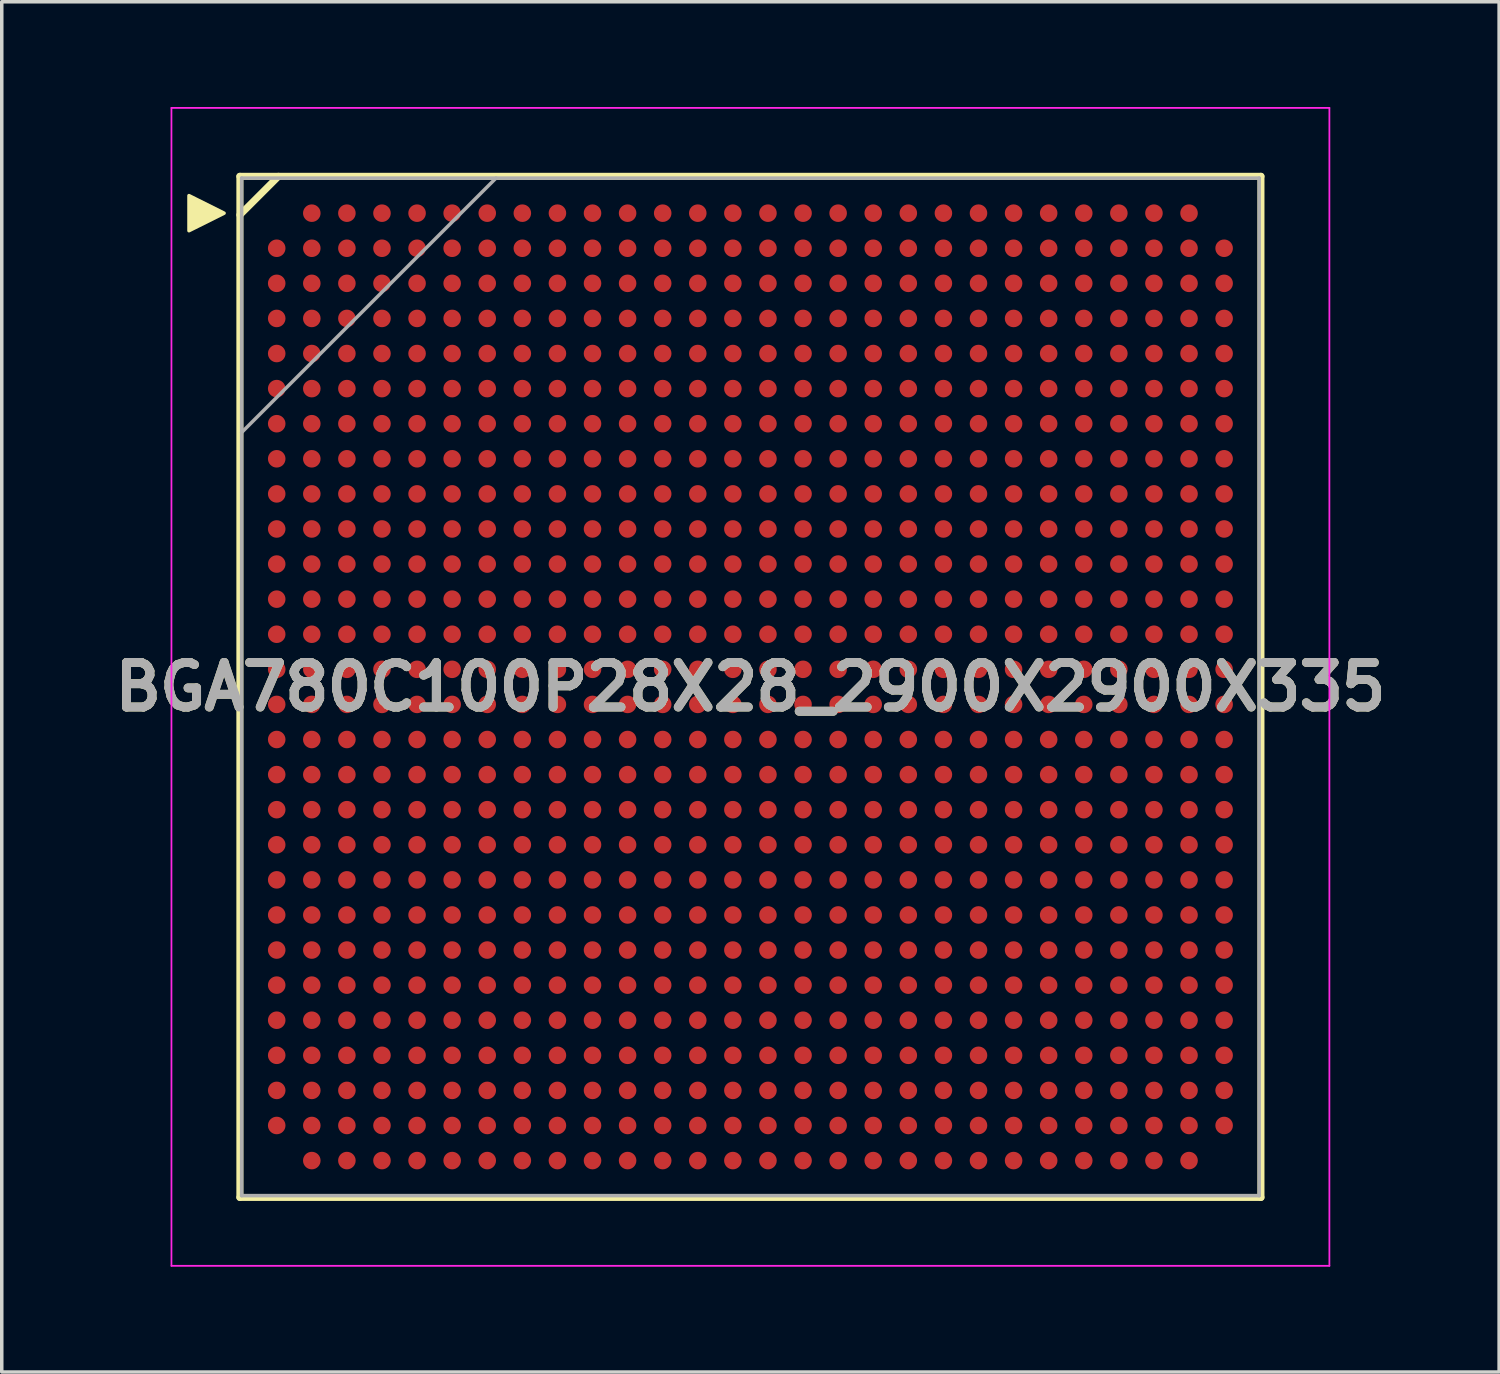
<source format=kicad_pcb>
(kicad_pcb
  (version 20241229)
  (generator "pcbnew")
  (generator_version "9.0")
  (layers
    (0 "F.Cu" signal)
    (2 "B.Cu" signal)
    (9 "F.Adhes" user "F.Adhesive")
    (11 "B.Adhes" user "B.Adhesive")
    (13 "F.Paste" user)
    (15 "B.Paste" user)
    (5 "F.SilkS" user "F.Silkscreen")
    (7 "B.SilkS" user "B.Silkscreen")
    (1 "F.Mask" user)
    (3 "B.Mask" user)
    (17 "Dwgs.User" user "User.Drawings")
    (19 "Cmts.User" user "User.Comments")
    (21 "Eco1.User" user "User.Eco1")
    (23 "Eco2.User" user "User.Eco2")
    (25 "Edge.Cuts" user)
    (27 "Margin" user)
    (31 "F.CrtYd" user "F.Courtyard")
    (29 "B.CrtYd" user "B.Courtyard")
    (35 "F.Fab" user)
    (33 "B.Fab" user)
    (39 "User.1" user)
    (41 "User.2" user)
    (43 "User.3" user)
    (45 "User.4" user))
  (footprint "BGA780C100P28X28_2900X2900X335"
    (layer "F.Cu")
    (at 18.336 16.525)
    (property "Reference" "BGA780C100P28X28_2900X2900X335" (at 0 0 0) (layer "F.SilkS") (effects (font (size 1.27 1.27) (thickness 0.254))))
    (attr smd)
    (fp_line (start -14.55 -14.55) (end 14.55 -14.55) (stroke (width 0.2) (type solid)) (layer "F.SilkS"))
    (fp_line (start -14.55 -13.45) (end -13.45 -14.55) (stroke (width 0.2) (type solid)) (layer "F.SilkS"))
    (fp_line (start -14.55 14.55) (end -14.55 -14.55) (stroke (width 0.2) (type solid)) (layer "F.SilkS"))
    (fp_line (start 14.55 -14.55) (end 14.55 14.55) (stroke (width 0.2) (type solid)) (layer "F.SilkS"))
    (fp_line (start 14.55 14.55) (end -14.55 14.55) (stroke (width 0.2) (type solid)) (layer "F.SilkS"))
    (fp_poly (pts (xy -15 -13.5) (xy -16 -13) (xy -16 -14)) (stroke (width 0.1) (type solid)) (fill yes) (layer "F.SilkS"))
    (fp_line (start -16.5 -16.5) (end 16.5 -16.5) (stroke (width 0.05) (type solid)) (layer "F.CrtYd"))
    (fp_line (start -16.5 16.5) (end -16.5 -16.5) (stroke (width 0.05) (type solid)) (layer "F.CrtYd"))
    (fp_line (start 16.5 -16.5) (end 16.5 16.5) (stroke (width 0.05) (type solid)) (layer "F.CrtYd"))
    (fp_line (start 16.5 16.5) (end -16.5 16.5) (stroke (width 0.05) (type solid)) (layer "F.CrtYd"))
    (fp_line (start -14.5 -14.5) (end 14.5 -14.5) (stroke (width 0.1) (type solid)) (layer "F.Fab"))
    (fp_line (start -14.5 -7.25) (end -7.25 -14.5) (stroke (width 0.1) (type solid)) (layer "F.Fab"))
    (fp_line (start -14.5 14.5) (end -14.5 -14.5) (stroke (width 0.1) (type solid)) (layer "F.Fab"))
    (fp_line (start 14.5 -14.5) (end 14.5 14.5) (stroke (width 0.1) (type solid)) (layer "F.Fab"))
    (fp_line (start 14.5 14.5) (end -14.5 14.5) (stroke (width 0.1) (type solid)) (layer "F.Fab"))
    (fp_text user "${REFERENCE}" (at 0 0 0) (layer "F.Fab") (effects (font (size 1.27 1.27) (thickness 0.254))))
    (pad "A2" smd circle (at -12.5 -13.5 90) (size 0.5 0.5) (layers "F.Cu" "F.Mask" "F.Paste"))
    (pad "A3" smd circle (at -11.5 -13.5 90) (size 0.5 0.5) (layers "F.Cu" "F.Mask" "F.Paste"))
    (pad "A4" smd circle (at -10.5 -13.5 90) (size 0.5 0.5) (layers "F.Cu" "F.Mask" "F.Paste"))
    (pad "A5" smd circle (at -9.5 -13.5 90) (size 0.5 0.5) (layers "F.Cu" "F.Mask" "F.Paste"))
    (pad "A6" smd circle (at -8.5 -13.5 90) (size 0.5 0.5) (layers "F.Cu" "F.Mask" "F.Paste"))
    (pad "A7" smd circle (at -7.5 -13.5 90) (size 0.5 0.5) (layers "F.Cu" "F.Mask" "F.Paste"))
    (pad "A8" smd circle (at -6.5 -13.5 90) (size 0.5 0.5) (layers "F.Cu" "F.Mask" "F.Paste"))
    (pad "A9" smd circle (at -5.5 -13.5 90) (size 0.5 0.5) (layers "F.Cu" "F.Mask" "F.Paste"))
    (pad "A10" smd circle (at -4.5 -13.5 90) (size 0.5 0.5) (layers "F.Cu" "F.Mask" "F.Paste"))
    (pad "A11" smd circle (at -3.5 -13.5 90) (size 0.5 0.5) (layers "F.Cu" "F.Mask" "F.Paste"))
    (pad "A12" smd circle (at -2.5 -13.5 90) (size 0.5 0.5) (layers "F.Cu" "F.Mask" "F.Paste"))
    (pad "A13" smd circle (at -1.5 -13.5 90) (size 0.5 0.5) (layers "F.Cu" "F.Mask" "F.Paste"))
    (pad "A14" smd circle (at -0.5 -13.5 90) (size 0.5 0.5) (layers "F.Cu" "F.Mask" "F.Paste"))
    (pad "A15" smd circle (at 0.5 -13.5 90) (size 0.5 0.5) (layers "F.Cu" "F.Mask" "F.Paste"))
    (pad "A16" smd circle (at 1.5 -13.5 90) (size 0.5 0.5) (layers "F.Cu" "F.Mask" "F.Paste"))
    (pad "A17" smd circle (at 2.5 -13.5 90) (size 0.5 0.5) (layers "F.Cu" "F.Mask" "F.Paste"))
    (pad "A18" smd circle (at 3.5 -13.5 90) (size 0.5 0.5) (layers "F.Cu" "F.Mask" "F.Paste"))
    (pad "A19" smd circle (at 4.5 -13.5 90) (size 0.5 0.5) (layers "F.Cu" "F.Mask" "F.Paste"))
    (pad "A20" smd circle (at 5.5 -13.5 90) (size 0.5 0.5) (layers "F.Cu" "F.Mask" "F.Paste"))
    (pad "A21" smd circle (at 6.5 -13.5 90) (size 0.5 0.5) (layers "F.Cu" "F.Mask" "F.Paste"))
    (pad "A22" smd circle (at 7.5 -13.5 90) (size 0.5 0.5) (layers "F.Cu" "F.Mask" "F.Paste"))
    (pad "A23" smd circle (at 8.5 -13.5 90) (size 0.5 0.5) (layers "F.Cu" "F.Mask" "F.Paste"))
    (pad "A24" smd circle (at 9.5 -13.5 90) (size 0.5 0.5) (layers "F.Cu" "F.Mask" "F.Paste"))
    (pad "A25" smd circle (at 10.5 -13.5 90) (size 0.5 0.5) (layers "F.Cu" "F.Mask" "F.Paste"))
    (pad "A26" smd circle (at 11.5 -13.5 90) (size 0.5 0.5) (layers "F.Cu" "F.Mask" "F.Paste"))
    (pad "A27" smd circle (at 12.5 -13.5 90) (size 0.5 0.5) (layers "F.Cu" "F.Mask" "F.Paste"))
    (pad "AA1" smd circle (at -13.5 6.5 90) (size 0.5 0.5) (layers "F.Cu" "F.Mask" "F.Paste"))
    (pad "AA2" smd circle (at -12.5 6.5 90) (size 0.5 0.5) (layers "F.Cu" "F.Mask" "F.Paste"))
    (pad "AA3" smd circle (at -11.5 6.5 90) (size 0.5 0.5) (layers "F.Cu" "F.Mask" "F.Paste"))
    (pad "AA4" smd circle (at -10.5 6.5 90) (size 0.5 0.5) (layers "F.Cu" "F.Mask" "F.Paste"))
    (pad "AA5" smd circle (at -9.5 6.5 90) (size 0.5 0.5) (layers "F.Cu" "F.Mask" "F.Paste"))
    (pad "AA6" smd circle (at -8.5 6.5 90) (size 0.5 0.5) (layers "F.Cu" "F.Mask" "F.Paste"))
    (pad "AA7" smd circle (at -7.5 6.5 90) (size 0.5 0.5) (layers "F.Cu" "F.Mask" "F.Paste"))
    (pad "AA8" smd circle (at -6.5 6.5 90) (size 0.5 0.5) (layers "F.Cu" "F.Mask" "F.Paste"))
    (pad "AA9" smd circle (at -5.5 6.5 90) (size 0.5 0.5) (layers "F.Cu" "F.Mask" "F.Paste"))
    (pad "AA10" smd circle (at -4.5 6.5 90) (size 0.5 0.5) (layers "F.Cu" "F.Mask" "F.Paste"))
    (pad "AA11" smd circle (at -3.5 6.5 90) (size 0.5 0.5) (layers "F.Cu" "F.Mask" "F.Paste"))
    (pad "AA12" smd circle (at -2.5 6.5 90) (size 0.5 0.5) (layers "F.Cu" "F.Mask" "F.Paste"))
    (pad "AA13" smd circle (at -1.5 6.5 90) (size 0.5 0.5) (layers "F.Cu" "F.Mask" "F.Paste"))
    (pad "AA14" smd circle (at -0.5 6.5 90) (size 0.5 0.5) (layers "F.Cu" "F.Mask" "F.Paste"))
    (pad "AA15" smd circle (at 0.5 6.5 90) (size 0.5 0.5) (layers "F.Cu" "F.Mask" "F.Paste"))
    (pad "AA16" smd circle (at 1.5 6.5 90) (size 0.5 0.5) (layers "F.Cu" "F.Mask" "F.Paste"))
    (pad "AA17" smd circle (at 2.5 6.5 90) (size 0.5 0.5) (layers "F.Cu" "F.Mask" "F.Paste"))
    (pad "AA18" smd circle (at 3.5 6.5 90) (size 0.5 0.5) (layers "F.Cu" "F.Mask" "F.Paste"))
    (pad "AA19" smd circle (at 4.5 6.5 90) (size 0.5 0.5) (layers "F.Cu" "F.Mask" "F.Paste"))
    (pad "AA20" smd circle (at 5.5 6.5 90) (size 0.5 0.5) (layers "F.Cu" "F.Mask" "F.Paste"))
    (pad "AA21" smd circle (at 6.5 6.5 90) (size 0.5 0.5) (layers "F.Cu" "F.Mask" "F.Paste"))
    (pad "AA22" smd circle (at 7.5 6.5 90) (size 0.5 0.5) (layers "F.Cu" "F.Mask" "F.Paste"))
    (pad "AA23" smd circle (at 8.5 6.5 90) (size 0.5 0.5) (layers "F.Cu" "F.Mask" "F.Paste"))
    (pad "AA24" smd circle (at 9.5 6.5 90) (size 0.5 0.5) (layers "F.Cu" "F.Mask" "F.Paste"))
    (pad "AA25" smd circle (at 10.5 6.5 90) (size 0.5 0.5) (layers "F.Cu" "F.Mask" "F.Paste"))
    (pad "AA26" smd circle (at 11.5 6.5 90) (size 0.5 0.5) (layers "F.Cu" "F.Mask" "F.Paste"))
    (pad "AA27" smd circle (at 12.5 6.5 90) (size 0.5 0.5) (layers "F.Cu" "F.Mask" "F.Paste"))
    (pad "AA28" smd circle (at 13.5 6.5 90) (size 0.5 0.5) (layers "F.Cu" "F.Mask" "F.Paste"))
    (pad "AB1" smd circle (at -13.5 7.5 90) (size 0.5 0.5) (layers "F.Cu" "F.Mask" "F.Paste"))
    (pad "AB2" smd circle (at -12.5 7.5 90) (size 0.5 0.5) (layers "F.Cu" "F.Mask" "F.Paste"))
    (pad "AB3" smd circle (at -11.5 7.5 90) (size 0.5 0.5) (layers "F.Cu" "F.Mask" "F.Paste"))
    (pad "AB4" smd circle (at -10.5 7.5 90) (size 0.5 0.5) (layers "F.Cu" "F.Mask" "F.Paste"))
    (pad "AB5" smd circle (at -9.5 7.5 90) (size 0.5 0.5) (layers "F.Cu" "F.Mask" "F.Paste"))
    (pad "AB6" smd circle (at -8.5 7.5 90) (size 0.5 0.5) (layers "F.Cu" "F.Mask" "F.Paste"))
    (pad "AB7" smd circle (at -7.5 7.5 90) (size 0.5 0.5) (layers "F.Cu" "F.Mask" "F.Paste"))
    (pad "AB8" smd circle (at -6.5 7.5 90) (size 0.5 0.5) (layers "F.Cu" "F.Mask" "F.Paste"))
    (pad "AB9" smd circle (at -5.5 7.5 90) (size 0.5 0.5) (layers "F.Cu" "F.Mask" "F.Paste"))
    (pad "AB10" smd circle (at -4.5 7.5 90) (size 0.5 0.5) (layers "F.Cu" "F.Mask" "F.Paste"))
    (pad "AB11" smd circle (at -3.5 7.5 90) (size 0.5 0.5) (layers "F.Cu" "F.Mask" "F.Paste"))
    (pad "AB12" smd circle (at -2.5 7.5 90) (size 0.5 0.5) (layers "F.Cu" "F.Mask" "F.Paste"))
    (pad "AB13" smd circle (at -1.5 7.5 90) (size 0.5 0.5) (layers "F.Cu" "F.Mask" "F.Paste"))
    (pad "AB14" smd circle (at -0.5 7.5 90) (size 0.5 0.5) (layers "F.Cu" "F.Mask" "F.Paste"))
    (pad "AB15" smd circle (at 0.5 7.5 90) (size 0.5 0.5) (layers "F.Cu" "F.Mask" "F.Paste"))
    (pad "AB16" smd circle (at 1.5 7.5 90) (size 0.5 0.5) (layers "F.Cu" "F.Mask" "F.Paste"))
    (pad "AB17" smd circle (at 2.5 7.5 90) (size 0.5 0.5) (layers "F.Cu" "F.Mask" "F.Paste"))
    (pad "AB18" smd circle (at 3.5 7.5 90) (size 0.5 0.5) (layers "F.Cu" "F.Mask" "F.Paste"))
    (pad "AB19" smd circle (at 4.5 7.5 90) (size 0.5 0.5) (layers "F.Cu" "F.Mask" "F.Paste"))
    (pad "AB20" smd circle (at 5.5 7.5 90) (size 0.5 0.5) (layers "F.Cu" "F.Mask" "F.Paste"))
    (pad "AB21" smd circle (at 6.5 7.5 90) (size 0.5 0.5) (layers "F.Cu" "F.Mask" "F.Paste"))
    (pad "AB22" smd circle (at 7.5 7.5 90) (size 0.5 0.5) (layers "F.Cu" "F.Mask" "F.Paste"))
    (pad "AB23" smd circle (at 8.5 7.5 90) (size 0.5 0.5) (layers "F.Cu" "F.Mask" "F.Paste"))
    (pad "AB24" smd circle (at 9.5 7.5 90) (size 0.5 0.5) (layers "F.Cu" "F.Mask" "F.Paste"))
    (pad "AB25" smd circle (at 10.5 7.5 90) (size 0.5 0.5) (layers "F.Cu" "F.Mask" "F.Paste"))
    (pad "AB26" smd circle (at 11.5 7.5 90) (size 0.5 0.5) (layers "F.Cu" "F.Mask" "F.Paste"))
    (pad "AB27" smd circle (at 12.5 7.5 90) (size 0.5 0.5) (layers "F.Cu" "F.Mask" "F.Paste"))
    (pad "AB28" smd circle (at 13.5 7.5 90) (size 0.5 0.5) (layers "F.Cu" "F.Mask" "F.Paste"))
    (pad "AC1" smd circle (at -13.5 8.5 90) (size 0.5 0.5) (layers "F.Cu" "F.Mask" "F.Paste"))
    (pad "AC2" smd circle (at -12.5 8.5 90) (size 0.5 0.5) (layers "F.Cu" "F.Mask" "F.Paste"))
    (pad "AC3" smd circle (at -11.5 8.5 90) (size 0.5 0.5) (layers "F.Cu" "F.Mask" "F.Paste"))
    (pad "AC4" smd circle (at -10.5 8.5 90) (size 0.5 0.5) (layers "F.Cu" "F.Mask" "F.Paste"))
    (pad "AC5" smd circle (at -9.5 8.5 90) (size 0.5 0.5) (layers "F.Cu" "F.Mask" "F.Paste"))
    (pad "AC6" smd circle (at -8.5 8.5 90) (size 0.5 0.5) (layers "F.Cu" "F.Mask" "F.Paste"))
    (pad "AC7" smd circle (at -7.5 8.5 90) (size 0.5 0.5) (layers "F.Cu" "F.Mask" "F.Paste"))
    (pad "AC8" smd circle (at -6.5 8.5 90) (size 0.5 0.5) (layers "F.Cu" "F.Mask" "F.Paste"))
    (pad "AC9" smd circle (at -5.5 8.5 90) (size 0.5 0.5) (layers "F.Cu" "F.Mask" "F.Paste"))
    (pad "AC10" smd circle (at -4.5 8.5 90) (size 0.5 0.5) (layers "F.Cu" "F.Mask" "F.Paste"))
    (pad "AC11" smd circle (at -3.5 8.5 90) (size 0.5 0.5) (layers "F.Cu" "F.Mask" "F.Paste"))
    (pad "AC12" smd circle (at -2.5 8.5 90) (size 0.5 0.5) (layers "F.Cu" "F.Mask" "F.Paste"))
    (pad "AC13" smd circle (at -1.5 8.5 90) (size 0.5 0.5) (layers "F.Cu" "F.Mask" "F.Paste"))
    (pad "AC14" smd circle (at -0.5 8.5 90) (size 0.5 0.5) (layers "F.Cu" "F.Mask" "F.Paste"))
    (pad "AC15" smd circle (at 0.5 8.5 90) (size 0.5 0.5) (layers "F.Cu" "F.Mask" "F.Paste"))
    (pad "AC16" smd circle (at 1.5 8.5 90) (size 0.5 0.5) (layers "F.Cu" "F.Mask" "F.Paste"))
    (pad "AC17" smd circle (at 2.5 8.5 90) (size 0.5 0.5) (layers "F.Cu" "F.Mask" "F.Paste"))
    (pad "AC18" smd circle (at 3.5 8.5 90) (size 0.5 0.5) (layers "F.Cu" "F.Mask" "F.Paste"))
    (pad "AC19" smd circle (at 4.5 8.5 90) (size 0.5 0.5) (layers "F.Cu" "F.Mask" "F.Paste"))
    (pad "AC20" smd circle (at 5.5 8.5 90) (size 0.5 0.5) (layers "F.Cu" "F.Mask" "F.Paste"))
    (pad "AC21" smd circle (at 6.5 8.5 90) (size 0.5 0.5) (layers "F.Cu" "F.Mask" "F.Paste"))
    (pad "AC22" smd circle (at 7.5 8.5 90) (size 0.5 0.5) (layers "F.Cu" "F.Mask" "F.Paste"))
    (pad "AC23" smd circle (at 8.5 8.5 90) (size 0.5 0.5) (layers "F.Cu" "F.Mask" "F.Paste"))
    (pad "AC24" smd circle (at 9.5 8.5 90) (size 0.5 0.5) (layers "F.Cu" "F.Mask" "F.Paste"))
    (pad "AC25" smd circle (at 10.5 8.5 90) (size 0.5 0.5) (layers "F.Cu" "F.Mask" "F.Paste"))
    (pad "AC26" smd circle (at 11.5 8.5 90) (size 0.5 0.5) (layers "F.Cu" "F.Mask" "F.Paste"))
    (pad "AC27" smd circle (at 12.5 8.5 90) (size 0.5 0.5) (layers "F.Cu" "F.Mask" "F.Paste"))
    (pad "AC28" smd circle (at 13.5 8.5 90) (size 0.5 0.5) (layers "F.Cu" "F.Mask" "F.Paste"))
    (pad "AD1" smd circle (at -13.5 9.5 90) (size 0.5 0.5) (layers "F.Cu" "F.Mask" "F.Paste"))
    (pad "AD2" smd circle (at -12.5 9.5 90) (size 0.5 0.5) (layers "F.Cu" "F.Mask" "F.Paste"))
    (pad "AD3" smd circle (at -11.5 9.5 90) (size 0.5 0.5) (layers "F.Cu" "F.Mask" "F.Paste"))
    (pad "AD4" smd circle (at -10.5 9.5 90) (size 0.5 0.5) (layers "F.Cu" "F.Mask" "F.Paste"))
    (pad "AD5" smd circle (at -9.5 9.5 90) (size 0.5 0.5) (layers "F.Cu" "F.Mask" "F.Paste"))
    (pad "AD6" smd circle (at -8.5 9.5 90) (size 0.5 0.5) (layers "F.Cu" "F.Mask" "F.Paste"))
    (pad "AD7" smd circle (at -7.5 9.5 90) (size 0.5 0.5) (layers "F.Cu" "F.Mask" "F.Paste"))
    (pad "AD8" smd circle (at -6.5 9.5 90) (size 0.5 0.5) (layers "F.Cu" "F.Mask" "F.Paste"))
    (pad "AD9" smd circle (at -5.5 9.5 90) (size 0.5 0.5) (layers "F.Cu" "F.Mask" "F.Paste"))
    (pad "AD10" smd circle (at -4.5 9.5 90) (size 0.5 0.5) (layers "F.Cu" "F.Mask" "F.Paste"))
    (pad "AD11" smd circle (at -3.5 9.5 90) (size 0.5 0.5) (layers "F.Cu" "F.Mask" "F.Paste"))
    (pad "AD12" smd circle (at -2.5 9.5 90) (size 0.5 0.5) (layers "F.Cu" "F.Mask" "F.Paste"))
    (pad "AD13" smd circle (at -1.5 9.5 90) (size 0.5 0.5) (layers "F.Cu" "F.Mask" "F.Paste"))
    (pad "AD14" smd circle (at -0.5 9.5 90) (size 0.5 0.5) (layers "F.Cu" "F.Mask" "F.Paste"))
    (pad "AD15" smd circle (at 0.5 9.5 90) (size 0.5 0.5) (layers "F.Cu" "F.Mask" "F.Paste"))
    (pad "AD16" smd circle (at 1.5 9.5 90) (size 0.5 0.5) (layers "F.Cu" "F.Mask" "F.Paste"))
    (pad "AD17" smd circle (at 2.5 9.5 90) (size 0.5 0.5) (layers "F.Cu" "F.Mask" "F.Paste"))
    (pad "AD18" smd circle (at 3.5 9.5 90) (size 0.5 0.5) (layers "F.Cu" "F.Mask" "F.Paste"))
    (pad "AD19" smd circle (at 4.5 9.5 90) (size 0.5 0.5) (layers "F.Cu" "F.Mask" "F.Paste"))
    (pad "AD20" smd circle (at 5.5 9.5 90) (size 0.5 0.5) (layers "F.Cu" "F.Mask" "F.Paste"))
    (pad "AD21" smd circle (at 6.5 9.5 90) (size 0.5 0.5) (layers "F.Cu" "F.Mask" "F.Paste"))
    (pad "AD22" smd circle (at 7.5 9.5 90) (size 0.5 0.5) (layers "F.Cu" "F.Mask" "F.Paste"))
    (pad "AD23" smd circle (at 8.5 9.5 90) (size 0.5 0.5) (layers "F.Cu" "F.Mask" "F.Paste"))
    (pad "AD24" smd circle (at 9.5 9.5 90) (size 0.5 0.5) (layers "F.Cu" "F.Mask" "F.Paste"))
    (pad "AD25" smd circle (at 10.5 9.5 90) (size 0.5 0.5) (layers "F.Cu" "F.Mask" "F.Paste"))
    (pad "AD26" smd circle (at 11.5 9.5 90) (size 0.5 0.5) (layers "F.Cu" "F.Mask" "F.Paste"))
    (pad "AD27" smd circle (at 12.5 9.5 90) (size 0.5 0.5) (layers "F.Cu" "F.Mask" "F.Paste"))
    (pad "AD28" smd circle (at 13.5 9.5 90) (size 0.5 0.5) (layers "F.Cu" "F.Mask" "F.Paste"))
    (pad "AE1" smd circle (at -13.5 10.5 90) (size 0.5 0.5) (layers "F.Cu" "F.Mask" "F.Paste"))
    (pad "AE2" smd circle (at -12.5 10.5 90) (size 0.5 0.5) (layers "F.Cu" "F.Mask" "F.Paste"))
    (pad "AE3" smd circle (at -11.5 10.5 90) (size 0.5 0.5) (layers "F.Cu" "F.Mask" "F.Paste"))
    (pad "AE4" smd circle (at -10.5 10.5 90) (size 0.5 0.5) (layers "F.Cu" "F.Mask" "F.Paste"))
    (pad "AE5" smd circle (at -9.5 10.5 90) (size 0.5 0.5) (layers "F.Cu" "F.Mask" "F.Paste"))
    (pad "AE6" smd circle (at -8.5 10.5 90) (size 0.5 0.5) (layers "F.Cu" "F.Mask" "F.Paste"))
    (pad "AE7" smd circle (at -7.5 10.5 90) (size 0.5 0.5) (layers "F.Cu" "F.Mask" "F.Paste"))
    (pad "AE8" smd circle (at -6.5 10.5 90) (size 0.5 0.5) (layers "F.Cu" "F.Mask" "F.Paste"))
    (pad "AE9" smd circle (at -5.5 10.5 90) (size 0.5 0.5) (layers "F.Cu" "F.Mask" "F.Paste"))
    (pad "AE10" smd circle (at -4.5 10.5 90) (size 0.5 0.5) (layers "F.Cu" "F.Mask" "F.Paste"))
    (pad "AE11" smd circle (at -3.5 10.5 90) (size 0.5 0.5) (layers "F.Cu" "F.Mask" "F.Paste"))
    (pad "AE12" smd circle (at -2.5 10.5 90) (size 0.5 0.5) (layers "F.Cu" "F.Mask" "F.Paste"))
    (pad "AE13" smd circle (at -1.5 10.5 90) (size 0.5 0.5) (layers "F.Cu" "F.Mask" "F.Paste"))
    (pad "AE14" smd circle (at -0.5 10.5 90) (size 0.5 0.5) (layers "F.Cu" "F.Mask" "F.Paste"))
    (pad "AE15" smd circle (at 0.5 10.5 90) (size 0.5 0.5) (layers "F.Cu" "F.Mask" "F.Paste"))
    (pad "AE16" smd circle (at 1.5 10.5 90) (size 0.5 0.5) (layers "F.Cu" "F.Mask" "F.Paste"))
    (pad "AE17" smd circle (at 2.5 10.5 90) (size 0.5 0.5) (layers "F.Cu" "F.Mask" "F.Paste"))
    (pad "AE18" smd circle (at 3.5 10.5 90) (size 0.5 0.5) (layers "F.Cu" "F.Mask" "F.Paste"))
    (pad "AE19" smd circle (at 4.5 10.5 90) (size 0.5 0.5) (layers "F.Cu" "F.Mask" "F.Paste"))
    (pad "AE20" smd circle (at 5.5 10.5 90) (size 0.5 0.5) (layers "F.Cu" "F.Mask" "F.Paste"))
    (pad "AE21" smd circle (at 6.5 10.5 90) (size 0.5 0.5) (layers "F.Cu" "F.Mask" "F.Paste"))
    (pad "AE22" smd circle (at 7.5 10.5 90) (size 0.5 0.5) (layers "F.Cu" "F.Mask" "F.Paste"))
    (pad "AE23" smd circle (at 8.5 10.5 90) (size 0.5 0.5) (layers "F.Cu" "F.Mask" "F.Paste"))
    (pad "AE24" smd circle (at 9.5 10.5 90) (size 0.5 0.5) (layers "F.Cu" "F.Mask" "F.Paste"))
    (pad "AE25" smd circle (at 10.5 10.5 90) (size 0.5 0.5) (layers "F.Cu" "F.Mask" "F.Paste"))
    (pad "AE26" smd circle (at 11.5 10.5 90) (size 0.5 0.5) (layers "F.Cu" "F.Mask" "F.Paste"))
    (pad "AE27" smd circle (at 12.5 10.5 90) (size 0.5 0.5) (layers "F.Cu" "F.Mask" "F.Paste"))
    (pad "AE28" smd circle (at 13.5 10.5 90) (size 0.5 0.5) (layers "F.Cu" "F.Mask" "F.Paste"))
    (pad "AF1" smd circle (at -13.5 11.5 90) (size 0.5 0.5) (layers "F.Cu" "F.Mask" "F.Paste"))
    (pad "AF2" smd circle (at -12.5 11.5 90) (size 0.5 0.5) (layers "F.Cu" "F.Mask" "F.Paste"))
    (pad "AF3" smd circle (at -11.5 11.5 90) (size 0.5 0.5) (layers "F.Cu" "F.Mask" "F.Paste"))
    (pad "AF4" smd circle (at -10.5 11.5 90) (size 0.5 0.5) (layers "F.Cu" "F.Mask" "F.Paste"))
    (pad "AF5" smd circle (at -9.5 11.5 90) (size 0.5 0.5) (layers "F.Cu" "F.Mask" "F.Paste"))
    (pad "AF6" smd circle (at -8.5 11.5 90) (size 0.5 0.5) (layers "F.Cu" "F.Mask" "F.Paste"))
    (pad "AF7" smd circle (at -7.5 11.5 90) (size 0.5 0.5) (layers "F.Cu" "F.Mask" "F.Paste"))
    (pad "AF8" smd circle (at -6.5 11.5 90) (size 0.5 0.5) (layers "F.Cu" "F.Mask" "F.Paste"))
    (pad "AF9" smd circle (at -5.5 11.5 90) (size 0.5 0.5) (layers "F.Cu" "F.Mask" "F.Paste"))
    (pad "AF10" smd circle (at -4.5 11.5 90) (size 0.5 0.5) (layers "F.Cu" "F.Mask" "F.Paste"))
    (pad "AF11" smd circle (at -3.5 11.5 90) (size 0.5 0.5) (layers "F.Cu" "F.Mask" "F.Paste"))
    (pad "AF12" smd circle (at -2.5 11.5 90) (size 0.5 0.5) (layers "F.Cu" "F.Mask" "F.Paste"))
    (pad "AF13" smd circle (at -1.5 11.5 90) (size 0.5 0.5) (layers "F.Cu" "F.Mask" "F.Paste"))
    (pad "AF14" smd circle (at -0.5 11.5 90) (size 0.5 0.5) (layers "F.Cu" "F.Mask" "F.Paste"))
    (pad "AF15" smd circle (at 0.5 11.5 90) (size 0.5 0.5) (layers "F.Cu" "F.Mask" "F.Paste"))
    (pad "AF16" smd circle (at 1.5 11.5 90) (size 0.5 0.5) (layers "F.Cu" "F.Mask" "F.Paste"))
    (pad "AF17" smd circle (at 2.5 11.5 90) (size 0.5 0.5) (layers "F.Cu" "F.Mask" "F.Paste"))
    (pad "AF18" smd circle (at 3.5 11.5 90) (size 0.5 0.5) (layers "F.Cu" "F.Mask" "F.Paste"))
    (pad "AF19" smd circle (at 4.5 11.5 90) (size 0.5 0.5) (layers "F.Cu" "F.Mask" "F.Paste"))
    (pad "AF20" smd circle (at 5.5 11.5 90) (size 0.5 0.5) (layers "F.Cu" "F.Mask" "F.Paste"))
    (pad "AF21" smd circle (at 6.5 11.5 90) (size 0.5 0.5) (layers "F.Cu" "F.Mask" "F.Paste"))
    (pad "AF22" smd circle (at 7.5 11.5 90) (size 0.5 0.5) (layers "F.Cu" "F.Mask" "F.Paste"))
    (pad "AF23" smd circle (at 8.5 11.5 90) (size 0.5 0.5) (layers "F.Cu" "F.Mask" "F.Paste"))
    (pad "AF24" smd circle (at 9.5 11.5 90) (size 0.5 0.5) (layers "F.Cu" "F.Mask" "F.Paste"))
    (pad "AF25" smd circle (at 10.5 11.5 90) (size 0.5 0.5) (layers "F.Cu" "F.Mask" "F.Paste"))
    (pad "AF26" smd circle (at 11.5 11.5 90) (size 0.5 0.5) (layers "F.Cu" "F.Mask" "F.Paste"))
    (pad "AF27" smd circle (at 12.5 11.5 90) (size 0.5 0.5) (layers "F.Cu" "F.Mask" "F.Paste"))
    (pad "AF28" smd circle (at 13.5 11.5 90) (size 0.5 0.5) (layers "F.Cu" "F.Mask" "F.Paste"))
    (pad "AG1" smd circle (at -13.5 12.5 90) (size 0.5 0.5) (layers "F.Cu" "F.Mask" "F.Paste"))
    (pad "AG2" smd circle (at -12.5 12.5 90) (size 0.5 0.5) (layers "F.Cu" "F.Mask" "F.Paste"))
    (pad "AG3" smd circle (at -11.5 12.5 90) (size 0.5 0.5) (layers "F.Cu" "F.Mask" "F.Paste"))
    (pad "AG4" smd circle (at -10.5 12.5 90) (size 0.5 0.5) (layers "F.Cu" "F.Mask" "F.Paste"))
    (pad "AG5" smd circle (at -9.5 12.5 90) (size 0.5 0.5) (layers "F.Cu" "F.Mask" "F.Paste"))
    (pad "AG6" smd circle (at -8.5 12.5 90) (size 0.5 0.5) (layers "F.Cu" "F.Mask" "F.Paste"))
    (pad "AG7" smd circle (at -7.5 12.5 90) (size 0.5 0.5) (layers "F.Cu" "F.Mask" "F.Paste"))
    (pad "AG8" smd circle (at -6.5 12.5 90) (size 0.5 0.5) (layers "F.Cu" "F.Mask" "F.Paste"))
    (pad "AG9" smd circle (at -5.5 12.5 90) (size 0.5 0.5) (layers "F.Cu" "F.Mask" "F.Paste"))
    (pad "AG10" smd circle (at -4.5 12.5 90) (size 0.5 0.5) (layers "F.Cu" "F.Mask" "F.Paste"))
    (pad "AG11" smd circle (at -3.5 12.5 90) (size 0.5 0.5) (layers "F.Cu" "F.Mask" "F.Paste"))
    (pad "AG12" smd circle (at -2.5 12.5 90) (size 0.5 0.5) (layers "F.Cu" "F.Mask" "F.Paste"))
    (pad "AG13" smd circle (at -1.5 12.5 90) (size 0.5 0.5) (layers "F.Cu" "F.Mask" "F.Paste"))
    (pad "AG14" smd circle (at -0.5 12.5 90) (size 0.5 0.5) (layers "F.Cu" "F.Mask" "F.Paste"))
    (pad "AG15" smd circle (at 0.5 12.5 90) (size 0.5 0.5) (layers "F.Cu" "F.Mask" "F.Paste"))
    (pad "AG16" smd circle (at 1.5 12.5 90) (size 0.5 0.5) (layers "F.Cu" "F.Mask" "F.Paste"))
    (pad "AG17" smd circle (at 2.5 12.5 90) (size 0.5 0.5) (layers "F.Cu" "F.Mask" "F.Paste"))
    (pad "AG18" smd circle (at 3.5 12.5 90) (size 0.5 0.5) (layers "F.Cu" "F.Mask" "F.Paste"))
    (pad "AG19" smd circle (at 4.5 12.5 90) (size 0.5 0.5) (layers "F.Cu" "F.Mask" "F.Paste"))
    (pad "AG20" smd circle (at 5.5 12.5 90) (size 0.5 0.5) (layers "F.Cu" "F.Mask" "F.Paste"))
    (pad "AG21" smd circle (at 6.5 12.5 90) (size 0.5 0.5) (layers "F.Cu" "F.Mask" "F.Paste"))
    (pad "AG22" smd circle (at 7.5 12.5 90) (size 0.5 0.5) (layers "F.Cu" "F.Mask" "F.Paste"))
    (pad "AG23" smd circle (at 8.5 12.5 90) (size 0.5 0.5) (layers "F.Cu" "F.Mask" "F.Paste"))
    (pad "AG24" smd circle (at 9.5 12.5 90) (size 0.5 0.5) (layers "F.Cu" "F.Mask" "F.Paste"))
    (pad "AG25" smd circle (at 10.5 12.5 90) (size 0.5 0.5) (layers "F.Cu" "F.Mask" "F.Paste"))
    (pad "AG26" smd circle (at 11.5 12.5 90) (size 0.5 0.5) (layers "F.Cu" "F.Mask" "F.Paste"))
    (pad "AG27" smd circle (at 12.5 12.5 90) (size 0.5 0.5) (layers "F.Cu" "F.Mask" "F.Paste"))
    (pad "AG28" smd circle (at 13.5 12.5 90) (size 0.5 0.5) (layers "F.Cu" "F.Mask" "F.Paste"))
    (pad "AH2" smd circle (at -12.5 13.5 90) (size 0.5 0.5) (layers "F.Cu" "F.Mask" "F.Paste"))
    (pad "AH3" smd circle (at -11.5 13.5 90) (size 0.5 0.5) (layers "F.Cu" "F.Mask" "F.Paste"))
    (pad "AH4" smd circle (at -10.5 13.5 90) (size 0.5 0.5) (layers "F.Cu" "F.Mask" "F.Paste"))
    (pad "AH5" smd circle (at -9.5 13.5 90) (size 0.5 0.5) (layers "F.Cu" "F.Mask" "F.Paste"))
    (pad "AH6" smd circle (at -8.5 13.5 90) (size 0.5 0.5) (layers "F.Cu" "F.Mask" "F.Paste"))
    (pad "AH7" smd circle (at -7.5 13.5 90) (size 0.5 0.5) (layers "F.Cu" "F.Mask" "F.Paste"))
    (pad "AH8" smd circle (at -6.5 13.5 90) (size 0.5 0.5) (layers "F.Cu" "F.Mask" "F.Paste"))
    (pad "AH9" smd circle (at -5.5 13.5 90) (size 0.5 0.5) (layers "F.Cu" "F.Mask" "F.Paste"))
    (pad "AH10" smd circle (at -4.5 13.5 90) (size 0.5 0.5) (layers "F.Cu" "F.Mask" "F.Paste"))
    (pad "AH11" smd circle (at -3.5 13.5 90) (size 0.5 0.5) (layers "F.Cu" "F.Mask" "F.Paste"))
    (pad "AH12" smd circle (at -2.5 13.5 90) (size 0.5 0.5) (layers "F.Cu" "F.Mask" "F.Paste"))
    (pad "AH13" smd circle (at -1.5 13.5 90) (size 0.5 0.5) (layers "F.Cu" "F.Mask" "F.Paste"))
    (pad "AH14" smd circle (at -0.5 13.5 90) (size 0.5 0.5) (layers "F.Cu" "F.Mask" "F.Paste"))
    (pad "AH15" smd circle (at 0.5 13.5 90) (size 0.5 0.5) (layers "F.Cu" "F.Mask" "F.Paste"))
    (pad "AH16" smd circle (at 1.5 13.5 90) (size 0.5 0.5) (layers "F.Cu" "F.Mask" "F.Paste"))
    (pad "AH17" smd circle (at 2.5 13.5 90) (size 0.5 0.5) (layers "F.Cu" "F.Mask" "F.Paste"))
    (pad "AH18" smd circle (at 3.5 13.5 90) (size 0.5 0.5) (layers "F.Cu" "F.Mask" "F.Paste"))
    (pad "AH19" smd circle (at 4.5 13.5 90) (size 0.5 0.5) (layers "F.Cu" "F.Mask" "F.Paste"))
    (pad "AH20" smd circle (at 5.5 13.5 90) (size 0.5 0.5) (layers "F.Cu" "F.Mask" "F.Paste"))
    (pad "AH21" smd circle (at 6.5 13.5 90) (size 0.5 0.5) (layers "F.Cu" "F.Mask" "F.Paste"))
    (pad "AH22" smd circle (at 7.5 13.5 90) (size 0.5 0.5) (layers "F.Cu" "F.Mask" "F.Paste"))
    (pad "AH23" smd circle (at 8.5 13.5 90) (size 0.5 0.5) (layers "F.Cu" "F.Mask" "F.Paste"))
    (pad "AH24" smd circle (at 9.5 13.5 90) (size 0.5 0.5) (layers "F.Cu" "F.Mask" "F.Paste"))
    (pad "AH25" smd circle (at 10.5 13.5 90) (size 0.5 0.5) (layers "F.Cu" "F.Mask" "F.Paste"))
    (pad "AH26" smd circle (at 11.5 13.5 90) (size 0.5 0.5) (layers "F.Cu" "F.Mask" "F.Paste"))
    (pad "AH27" smd circle (at 12.5 13.5 90) (size 0.5 0.5) (layers "F.Cu" "F.Mask" "F.Paste"))
    (pad "B1" smd circle (at -13.5 -12.5 90) (size 0.5 0.5) (layers "F.Cu" "F.Mask" "F.Paste"))
    (pad "B2" smd circle (at -12.5 -12.5 90) (size 0.5 0.5) (layers "F.Cu" "F.Mask" "F.Paste"))
    (pad "B3" smd circle (at -11.5 -12.5 90) (size 0.5 0.5) (layers "F.Cu" "F.Mask" "F.Paste"))
    (pad "B4" smd circle (at -10.5 -12.5 90) (size 0.5 0.5) (layers "F.Cu" "F.Mask" "F.Paste"))
    (pad "B5" smd circle (at -9.5 -12.5 90) (size 0.5 0.5) (layers "F.Cu" "F.Mask" "F.Paste"))
    (pad "B6" smd circle (at -8.5 -12.5 90) (size 0.5 0.5) (layers "F.Cu" "F.Mask" "F.Paste"))
    (pad "B7" smd circle (at -7.5 -12.5 90) (size 0.5 0.5) (layers "F.Cu" "F.Mask" "F.Paste"))
    (pad "B8" smd circle (at -6.5 -12.5 90) (size 0.5 0.5) (layers "F.Cu" "F.Mask" "F.Paste"))
    (pad "B9" smd circle (at -5.5 -12.5 90) (size 0.5 0.5) (layers "F.Cu" "F.Mask" "F.Paste"))
    (pad "B10" smd circle (at -4.5 -12.5 90) (size 0.5 0.5) (layers "F.Cu" "F.Mask" "F.Paste"))
    (pad "B11" smd circle (at -3.5 -12.5 90) (size 0.5 0.5) (layers "F.Cu" "F.Mask" "F.Paste"))
    (pad "B12" smd circle (at -2.5 -12.5 90) (size 0.5 0.5) (layers "F.Cu" "F.Mask" "F.Paste"))
    (pad "B13" smd circle (at -1.5 -12.5 90) (size 0.5 0.5) (layers "F.Cu" "F.Mask" "F.Paste"))
    (pad "B14" smd circle (at -0.5 -12.5 90) (size 0.5 0.5) (layers "F.Cu" "F.Mask" "F.Paste"))
    (pad "B15" smd circle (at 0.5 -12.5 90) (size 0.5 0.5) (layers "F.Cu" "F.Mask" "F.Paste"))
    (pad "B16" smd circle (at 1.5 -12.5 90) (size 0.5 0.5) (layers "F.Cu" "F.Mask" "F.Paste"))
    (pad "B17" smd circle (at 2.5 -12.5 90) (size 0.5 0.5) (layers "F.Cu" "F.Mask" "F.Paste"))
    (pad "B18" smd circle (at 3.5 -12.5 90) (size 0.5 0.5) (layers "F.Cu" "F.Mask" "F.Paste"))
    (pad "B19" smd circle (at 4.5 -12.5 90) (size 0.5 0.5) (layers "F.Cu" "F.Mask" "F.Paste"))
    (pad "B20" smd circle (at 5.5 -12.5 90) (size 0.5 0.5) (layers "F.Cu" "F.Mask" "F.Paste"))
    (pad "B21" smd circle (at 6.5 -12.5 90) (size 0.5 0.5) (layers "F.Cu" "F.Mask" "F.Paste"))
    (pad "B22" smd circle (at 7.5 -12.5 90) (size 0.5 0.5) (layers "F.Cu" "F.Mask" "F.Paste"))
    (pad "B23" smd circle (at 8.5 -12.5 90) (size 0.5 0.5) (layers "F.Cu" "F.Mask" "F.Paste"))
    (pad "B24" smd circle (at 9.5 -12.5 90) (size 0.5 0.5) (layers "F.Cu" "F.Mask" "F.Paste"))
    (pad "B25" smd circle (at 10.5 -12.5 90) (size 0.5 0.5) (layers "F.Cu" "F.Mask" "F.Paste"))
    (pad "B26" smd circle (at 11.5 -12.5 90) (size 0.5 0.5) (layers "F.Cu" "F.Mask" "F.Paste"))
    (pad "B27" smd circle (at 12.5 -12.5 90) (size 0.5 0.5) (layers "F.Cu" "F.Mask" "F.Paste"))
    (pad "B28" smd circle (at 13.5 -12.5 90) (size 0.5 0.5) (layers "F.Cu" "F.Mask" "F.Paste"))
    (pad "C1" smd circle (at -13.5 -11.5 90) (size 0.5 0.5) (layers "F.Cu" "F.Mask" "F.Paste"))
    (pad "C2" smd circle (at -12.5 -11.5 90) (size 0.5 0.5) (layers "F.Cu" "F.Mask" "F.Paste"))
    (pad "C3" smd circle (at -11.5 -11.5 90) (size 0.5 0.5) (layers "F.Cu" "F.Mask" "F.Paste"))
    (pad "C4" smd circle (at -10.5 -11.5 90) (size 0.5 0.5) (layers "F.Cu" "F.Mask" "F.Paste"))
    (pad "C5" smd circle (at -9.5 -11.5 90) (size 0.5 0.5) (layers "F.Cu" "F.Mask" "F.Paste"))
    (pad "C6" smd circle (at -8.5 -11.5 90) (size 0.5 0.5) (layers "F.Cu" "F.Mask" "F.Paste"))
    (pad "C7" smd circle (at -7.5 -11.5 90) (size 0.5 0.5) (layers "F.Cu" "F.Mask" "F.Paste"))
    (pad "C8" smd circle (at -6.5 -11.5 90) (size 0.5 0.5) (layers "F.Cu" "F.Mask" "F.Paste"))
    (pad "C9" smd circle (at -5.5 -11.5 90) (size 0.5 0.5) (layers "F.Cu" "F.Mask" "F.Paste"))
    (pad "C10" smd circle (at -4.5 -11.5 90) (size 0.5 0.5) (layers "F.Cu" "F.Mask" "F.Paste"))
    (pad "C11" smd circle (at -3.5 -11.5 90) (size 0.5 0.5) (layers "F.Cu" "F.Mask" "F.Paste"))
    (pad "C12" smd circle (at -2.5 -11.5 90) (size 0.5 0.5) (layers "F.Cu" "F.Mask" "F.Paste"))
    (pad "C13" smd circle (at -1.5 -11.5 90) (size 0.5 0.5) (layers "F.Cu" "F.Mask" "F.Paste"))
    (pad "C14" smd circle (at -0.5 -11.5 90) (size 0.5 0.5) (layers "F.Cu" "F.Mask" "F.Paste"))
    (pad "C15" smd circle (at 0.5 -11.5 90) (size 0.5 0.5) (layers "F.Cu" "F.Mask" "F.Paste"))
    (pad "C16" smd circle (at 1.5 -11.5 90) (size 0.5 0.5) (layers "F.Cu" "F.Mask" "F.Paste"))
    (pad "C17" smd circle (at 2.5 -11.5 90) (size 0.5 0.5) (layers "F.Cu" "F.Mask" "F.Paste"))
    (pad "C18" smd circle (at 3.5 -11.5 90) (size 0.5 0.5) (layers "F.Cu" "F.Mask" "F.Paste"))
    (pad "C19" smd circle (at 4.5 -11.5 90) (size 0.5 0.5) (layers "F.Cu" "F.Mask" "F.Paste"))
    (pad "C20" smd circle (at 5.5 -11.5 90) (size 0.5 0.5) (layers "F.Cu" "F.Mask" "F.Paste"))
    (pad "C21" smd circle (at 6.5 -11.5 90) (size 0.5 0.5) (layers "F.Cu" "F.Mask" "F.Paste"))
    (pad "C22" smd circle (at 7.5 -11.5 90) (size 0.5 0.5) (layers "F.Cu" "F.Mask" "F.Paste"))
    (pad "C23" smd circle (at 8.5 -11.5 90) (size 0.5 0.5) (layers "F.Cu" "F.Mask" "F.Paste"))
    (pad "C24" smd circle (at 9.5 -11.5 90) (size 0.5 0.5) (layers "F.Cu" "F.Mask" "F.Paste"))
    (pad "C25" smd circle (at 10.5 -11.5 90) (size 0.5 0.5) (layers "F.Cu" "F.Mask" "F.Paste"))
    (pad "C26" smd circle (at 11.5 -11.5 90) (size 0.5 0.5) (layers "F.Cu" "F.Mask" "F.Paste"))
    (pad "C27" smd circle (at 12.5 -11.5 90) (size 0.5 0.5) (layers "F.Cu" "F.Mask" "F.Paste"))
    (pad "C28" smd circle (at 13.5 -11.5 90) (size 0.5 0.5) (layers "F.Cu" "F.Mask" "F.Paste"))
    (pad "D1" smd circle (at -13.5 -10.5 90) (size 0.5 0.5) (layers "F.Cu" "F.Mask" "F.Paste"))
    (pad "D2" smd circle (at -12.5 -10.5 90) (size 0.5 0.5) (layers "F.Cu" "F.Mask" "F.Paste"))
    (pad "D3" smd circle (at -11.5 -10.5 90) (size 0.5 0.5) (layers "F.Cu" "F.Mask" "F.Paste"))
    (pad "D4" smd circle (at -10.5 -10.5 90) (size 0.5 0.5) (layers "F.Cu" "F.Mask" "F.Paste"))
    (pad "D5" smd circle (at -9.5 -10.5 90) (size 0.5 0.5) (layers "F.Cu" "F.Mask" "F.Paste"))
    (pad "D6" smd circle (at -8.5 -10.5 90) (size 0.5 0.5) (layers "F.Cu" "F.Mask" "F.Paste"))
    (pad "D7" smd circle (at -7.5 -10.5 90) (size 0.5 0.5) (layers "F.Cu" "F.Mask" "F.Paste"))
    (pad "D8" smd circle (at -6.5 -10.5 90) (size 0.5 0.5) (layers "F.Cu" "F.Mask" "F.Paste"))
    (pad "D9" smd circle (at -5.5 -10.5 90) (size 0.5 0.5) (layers "F.Cu" "F.Mask" "F.Paste"))
    (pad "D10" smd circle (at -4.5 -10.5 90) (size 0.5 0.5) (layers "F.Cu" "F.Mask" "F.Paste"))
    (pad "D11" smd circle (at -3.5 -10.5 90) (size 0.5 0.5) (layers "F.Cu" "F.Mask" "F.Paste"))
    (pad "D12" smd circle (at -2.5 -10.5 90) (size 0.5 0.5) (layers "F.Cu" "F.Mask" "F.Paste"))
    (pad "D13" smd circle (at -1.5 -10.5 90) (size 0.5 0.5) (layers "F.Cu" "F.Mask" "F.Paste"))
    (pad "D14" smd circle (at -0.5 -10.5 90) (size 0.5 0.5) (layers "F.Cu" "F.Mask" "F.Paste"))
    (pad "D15" smd circle (at 0.5 -10.5 90) (size 0.5 0.5) (layers "F.Cu" "F.Mask" "F.Paste"))
    (pad "D16" smd circle (at 1.5 -10.5 90) (size 0.5 0.5) (layers "F.Cu" "F.Mask" "F.Paste"))
    (pad "D17" smd circle (at 2.5 -10.5 90) (size 0.5 0.5) (layers "F.Cu" "F.Mask" "F.Paste"))
    (pad "D18" smd circle (at 3.5 -10.5 90) (size 0.5 0.5) (layers "F.Cu" "F.Mask" "F.Paste"))
    (pad "D19" smd circle (at 4.5 -10.5 90) (size 0.5 0.5) (layers "F.Cu" "F.Mask" "F.Paste"))
    (pad "D20" smd circle (at 5.5 -10.5 90) (size 0.5 0.5) (layers "F.Cu" "F.Mask" "F.Paste"))
    (pad "D21" smd circle (at 6.5 -10.5 90) (size 0.5 0.5) (layers "F.Cu" "F.Mask" "F.Paste"))
    (pad "D22" smd circle (at 7.5 -10.5 90) (size 0.5 0.5) (layers "F.Cu" "F.Mask" "F.Paste"))
    (pad "D23" smd circle (at 8.5 -10.5 90) (size 0.5 0.5) (layers "F.Cu" "F.Mask" "F.Paste"))
    (pad "D24" smd circle (at 9.5 -10.5 90) (size 0.5 0.5) (layers "F.Cu" "F.Mask" "F.Paste"))
    (pad "D25" smd circle (at 10.5 -10.5 90) (size 0.5 0.5) (layers "F.Cu" "F.Mask" "F.Paste"))
    (pad "D26" smd circle (at 11.5 -10.5 90) (size 0.5 0.5) (layers "F.Cu" "F.Mask" "F.Paste"))
    (pad "D27" smd circle (at 12.5 -10.5 90) (size 0.5 0.5) (layers "F.Cu" "F.Mask" "F.Paste"))
    (pad "D28" smd circle (at 13.5 -10.5 90) (size 0.5 0.5) (layers "F.Cu" "F.Mask" "F.Paste"))
    (pad "E1" smd circle (at -13.5 -9.5 90) (size 0.5 0.5) (layers "F.Cu" "F.Mask" "F.Paste"))
    (pad "E2" smd circle (at -12.5 -9.5 90) (size 0.5 0.5) (layers "F.Cu" "F.Mask" "F.Paste"))
    (pad "E3" smd circle (at -11.5 -9.5 90) (size 0.5 0.5) (layers "F.Cu" "F.Mask" "F.Paste"))
    (pad "E4" smd circle (at -10.5 -9.5 90) (size 0.5 0.5) (layers "F.Cu" "F.Mask" "F.Paste"))
    (pad "E5" smd circle (at -9.5 -9.5 90) (size 0.5 0.5) (layers "F.Cu" "F.Mask" "F.Paste"))
    (pad "E6" smd circle (at -8.5 -9.5 90) (size 0.5 0.5) (layers "F.Cu" "F.Mask" "F.Paste"))
    (pad "E7" smd circle (at -7.5 -9.5 90) (size 0.5 0.5) (layers "F.Cu" "F.Mask" "F.Paste"))
    (pad "E8" smd circle (at -6.5 -9.5 90) (size 0.5 0.5) (layers "F.Cu" "F.Mask" "F.Paste"))
    (pad "E9" smd circle (at -5.5 -9.5 90) (size 0.5 0.5) (layers "F.Cu" "F.Mask" "F.Paste"))
    (pad "E10" smd circle (at -4.5 -9.5 90) (size 0.5 0.5) (layers "F.Cu" "F.Mask" "F.Paste"))
    (pad "E11" smd circle (at -3.5 -9.5 90) (size 0.5 0.5) (layers "F.Cu" "F.Mask" "F.Paste"))
    (pad "E12" smd circle (at -2.5 -9.5 90) (size 0.5 0.5) (layers "F.Cu" "F.Mask" "F.Paste"))
    (pad "E13" smd circle (at -1.5 -9.5 90) (size 0.5 0.5) (layers "F.Cu" "F.Mask" "F.Paste"))
    (pad "E14" smd circle (at -0.5 -9.5 90) (size 0.5 0.5) (layers "F.Cu" "F.Mask" "F.Paste"))
    (pad "E15" smd circle (at 0.5 -9.5 90) (size 0.5 0.5) (layers "F.Cu" "F.Mask" "F.Paste"))
    (pad "E16" smd circle (at 1.5 -9.5 90) (size 0.5 0.5) (layers "F.Cu" "F.Mask" "F.Paste"))
    (pad "E17" smd circle (at 2.5 -9.5 90) (size 0.5 0.5) (layers "F.Cu" "F.Mask" "F.Paste"))
    (pad "E18" smd circle (at 3.5 -9.5 90) (size 0.5 0.5) (layers "F.Cu" "F.Mask" "F.Paste"))
    (pad "E19" smd circle (at 4.5 -9.5 90) (size 0.5 0.5) (layers "F.Cu" "F.Mask" "F.Paste"))
    (pad "E20" smd circle (at 5.5 -9.5 90) (size 0.5 0.5) (layers "F.Cu" "F.Mask" "F.Paste"))
    (pad "E21" smd circle (at 6.5 -9.5 90) (size 0.5 0.5) (layers "F.Cu" "F.Mask" "F.Paste"))
    (pad "E22" smd circle (at 7.5 -9.5 90) (size 0.5 0.5) (layers "F.Cu" "F.Mask" "F.Paste"))
    (pad "E23" smd circle (at 8.5 -9.5 90) (size 0.5 0.5) (layers "F.Cu" "F.Mask" "F.Paste"))
    (pad "E24" smd circle (at 9.5 -9.5 90) (size 0.5 0.5) (layers "F.Cu" "F.Mask" "F.Paste"))
    (pad "E25" smd circle (at 10.5 -9.5 90) (size 0.5 0.5) (layers "F.Cu" "F.Mask" "F.Paste"))
    (pad "E26" smd circle (at 11.5 -9.5 90) (size 0.5 0.5) (layers "F.Cu" "F.Mask" "F.Paste"))
    (pad "E27" smd circle (at 12.5 -9.5 90) (size 0.5 0.5) (layers "F.Cu" "F.Mask" "F.Paste"))
    (pad "E28" smd circle (at 13.5 -9.5 90) (size 0.5 0.5) (layers "F.Cu" "F.Mask" "F.Paste"))
    (pad "F1" smd circle (at -13.5 -8.5 90) (size 0.5 0.5) (layers "F.Cu" "F.Mask" "F.Paste"))
    (pad "F2" smd circle (at -12.5 -8.5 90) (size 0.5 0.5) (layers "F.Cu" "F.Mask" "F.Paste"))
    (pad "F3" smd circle (at -11.5 -8.5 90) (size 0.5 0.5) (layers "F.Cu" "F.Mask" "F.Paste"))
    (pad "F4" smd circle (at -10.5 -8.5 90) (size 0.5 0.5) (layers "F.Cu" "F.Mask" "F.Paste"))
    (pad "F5" smd circle (at -9.5 -8.5 90) (size 0.5 0.5) (layers "F.Cu" "F.Mask" "F.Paste"))
    (pad "F6" smd circle (at -8.5 -8.5 90) (size 0.5 0.5) (layers "F.Cu" "F.Mask" "F.Paste"))
    (pad "F7" smd circle (at -7.5 -8.5 90) (size 0.5 0.5) (layers "F.Cu" "F.Mask" "F.Paste"))
    (pad "F8" smd circle (at -6.5 -8.5 90) (size 0.5 0.5) (layers "F.Cu" "F.Mask" "F.Paste"))
    (pad "F9" smd circle (at -5.5 -8.5 90) (size 0.5 0.5) (layers "F.Cu" "F.Mask" "F.Paste"))
    (pad "F10" smd circle (at -4.5 -8.5 90) (size 0.5 0.5) (layers "F.Cu" "F.Mask" "F.Paste"))
    (pad "F11" smd circle (at -3.5 -8.5 90) (size 0.5 0.5) (layers "F.Cu" "F.Mask" "F.Paste"))
    (pad "F12" smd circle (at -2.5 -8.5 90) (size 0.5 0.5) (layers "F.Cu" "F.Mask" "F.Paste"))
    (pad "F13" smd circle (at -1.5 -8.5 90) (size 0.5 0.5) (layers "F.Cu" "F.Mask" "F.Paste"))
    (pad "F14" smd circle (at -0.5 -8.5 90) (size 0.5 0.5) (layers "F.Cu" "F.Mask" "F.Paste"))
    (pad "F15" smd circle (at 0.5 -8.5 90) (size 0.5 0.5) (layers "F.Cu" "F.Mask" "F.Paste"))
    (pad "F16" smd circle (at 1.5 -8.5 90) (size 0.5 0.5) (layers "F.Cu" "F.Mask" "F.Paste"))
    (pad "F17" smd circle (at 2.5 -8.5 90) (size 0.5 0.5) (layers "F.Cu" "F.Mask" "F.Paste"))
    (pad "F18" smd circle (at 3.5 -8.5 90) (size 0.5 0.5) (layers "F.Cu" "F.Mask" "F.Paste"))
    (pad "F19" smd circle (at 4.5 -8.5 90) (size 0.5 0.5) (layers "F.Cu" "F.Mask" "F.Paste"))
    (pad "F20" smd circle (at 5.5 -8.5 90) (size 0.5 0.5) (layers "F.Cu" "F.Mask" "F.Paste"))
    (pad "F21" smd circle (at 6.5 -8.5 90) (size 0.5 0.5) (layers "F.Cu" "F.Mask" "F.Paste"))
    (pad "F22" smd circle (at 7.5 -8.5 90) (size 0.5 0.5) (layers "F.Cu" "F.Mask" "F.Paste"))
    (pad "F23" smd circle (at 8.5 -8.5 90) (size 0.5 0.5) (layers "F.Cu" "F.Mask" "F.Paste"))
    (pad "F24" smd circle (at 9.5 -8.5 90) (size 0.5 0.5) (layers "F.Cu" "F.Mask" "F.Paste"))
    (pad "F25" smd circle (at 10.5 -8.5 90) (size 0.5 0.5) (layers "F.Cu" "F.Mask" "F.Paste"))
    (pad "F26" smd circle (at 11.5 -8.5 90) (size 0.5 0.5) (layers "F.Cu" "F.Mask" "F.Paste"))
    (pad "F27" smd circle (at 12.5 -8.5 90) (size 0.5 0.5) (layers "F.Cu" "F.Mask" "F.Paste"))
    (pad "F28" smd circle (at 13.5 -8.5 90) (size 0.5 0.5) (layers "F.Cu" "F.Mask" "F.Paste"))
    (pad "G1" smd circle (at -13.5 -7.5 90) (size 0.5 0.5) (layers "F.Cu" "F.Mask" "F.Paste"))
    (pad "G2" smd circle (at -12.5 -7.5 90) (size 0.5 0.5) (layers "F.Cu" "F.Mask" "F.Paste"))
    (pad "G3" smd circle (at -11.5 -7.5 90) (size 0.5 0.5) (layers "F.Cu" "F.Mask" "F.Paste"))
    (pad "G4" smd circle (at -10.5 -7.5 90) (size 0.5 0.5) (layers "F.Cu" "F.Mask" "F.Paste"))
    (pad "G5" smd circle (at -9.5 -7.5 90) (size 0.5 0.5) (layers "F.Cu" "F.Mask" "F.Paste"))
    (pad "G6" smd circle (at -8.5 -7.5 90) (size 0.5 0.5) (layers "F.Cu" "F.Mask" "F.Paste"))
    (pad "G7" smd circle (at -7.5 -7.5 90) (size 0.5 0.5) (layers "F.Cu" "F.Mask" "F.Paste"))
    (pad "G8" smd circle (at -6.5 -7.5 90) (size 0.5 0.5) (layers "F.Cu" "F.Mask" "F.Paste"))
    (pad "G9" smd circle (at -5.5 -7.5 90) (size 0.5 0.5) (layers "F.Cu" "F.Mask" "F.Paste"))
    (pad "G10" smd circle (at -4.5 -7.5 90) (size 0.5 0.5) (layers "F.Cu" "F.Mask" "F.Paste"))
    (pad "G11" smd circle (at -3.5 -7.5 90) (size 0.5 0.5) (layers "F.Cu" "F.Mask" "F.Paste"))
    (pad "G12" smd circle (at -2.5 -7.5 90) (size 0.5 0.5) (layers "F.Cu" "F.Mask" "F.Paste"))
    (pad "G13" smd circle (at -1.5 -7.5 90) (size 0.5 0.5) (layers "F.Cu" "F.Mask" "F.Paste"))
    (pad "G14" smd circle (at -0.5 -7.5 90) (size 0.5 0.5) (layers "F.Cu" "F.Mask" "F.Paste"))
    (pad "G15" smd circle (at 0.5 -7.5 90) (size 0.5 0.5) (layers "F.Cu" "F.Mask" "F.Paste"))
    (pad "G16" smd circle (at 1.5 -7.5 90) (size 0.5 0.5) (layers "F.Cu" "F.Mask" "F.Paste"))
    (pad "G17" smd circle (at 2.5 -7.5 90) (size 0.5 0.5) (layers "F.Cu" "F.Mask" "F.Paste"))
    (pad "G18" smd circle (at 3.5 -7.5 90) (size 0.5 0.5) (layers "F.Cu" "F.Mask" "F.Paste"))
    (pad "G19" smd circle (at 4.5 -7.5 90) (size 0.5 0.5) (layers "F.Cu" "F.Mask" "F.Paste"))
    (pad "G20" smd circle (at 5.5 -7.5 90) (size 0.5 0.5) (layers "F.Cu" "F.Mask" "F.Paste"))
    (pad "G21" smd circle (at 6.5 -7.5 90) (size 0.5 0.5) (layers "F.Cu" "F.Mask" "F.Paste"))
    (pad "G22" smd circle (at 7.5 -7.5 90) (size 0.5 0.5) (layers "F.Cu" "F.Mask" "F.Paste"))
    (pad "G23" smd circle (at 8.5 -7.5 90) (size 0.5 0.5) (layers "F.Cu" "F.Mask" "F.Paste"))
    (pad "G24" smd circle (at 9.5 -7.5 90) (size 0.5 0.5) (layers "F.Cu" "F.Mask" "F.Paste"))
    (pad "G25" smd circle (at 10.5 -7.5 90) (size 0.5 0.5) (layers "F.Cu" "F.Mask" "F.Paste"))
    (pad "G26" smd circle (at 11.5 -7.5 90) (size 0.5 0.5) (layers "F.Cu" "F.Mask" "F.Paste"))
    (pad "G27" smd circle (at 12.5 -7.5 90) (size 0.5 0.5) (layers "F.Cu" "F.Mask" "F.Paste"))
    (pad "G28" smd circle (at 13.5 -7.5 90) (size 0.5 0.5) (layers "F.Cu" "F.Mask" "F.Paste"))
    (pad "H1" smd circle (at -13.5 -6.5 90) (size 0.5 0.5) (layers "F.Cu" "F.Mask" "F.Paste"))
    (pad "H2" smd circle (at -12.5 -6.5 90) (size 0.5 0.5) (layers "F.Cu" "F.Mask" "F.Paste"))
    (pad "H3" smd circle (at -11.5 -6.5 90) (size 0.5 0.5) (layers "F.Cu" "F.Mask" "F.Paste"))
    (pad "H4" smd circle (at -10.5 -6.5 90) (size 0.5 0.5) (layers "F.Cu" "F.Mask" "F.Paste"))
    (pad "H5" smd circle (at -9.5 -6.5 90) (size 0.5 0.5) (layers "F.Cu" "F.Mask" "F.Paste"))
    (pad "H6" smd circle (at -8.5 -6.5 90) (size 0.5 0.5) (layers "F.Cu" "F.Mask" "F.Paste"))
    (pad "H7" smd circle (at -7.5 -6.5 90) (size 0.5 0.5) (layers "F.Cu" "F.Mask" "F.Paste"))
    (pad "H8" smd circle (at -6.5 -6.5 90) (size 0.5 0.5) (layers "F.Cu" "F.Mask" "F.Paste"))
    (pad "H9" smd circle (at -5.5 -6.5 90) (size 0.5 0.5) (layers "F.Cu" "F.Mask" "F.Paste"))
    (pad "H10" smd circle (at -4.5 -6.5 90) (size 0.5 0.5) (layers "F.Cu" "F.Mask" "F.Paste"))
    (pad "H11" smd circle (at -3.5 -6.5 90) (size 0.5 0.5) (layers "F.Cu" "F.Mask" "F.Paste"))
    (pad "H12" smd circle (at -2.5 -6.5 90) (size 0.5 0.5) (layers "F.Cu" "F.Mask" "F.Paste"))
    (pad "H13" smd circle (at -1.5 -6.5 90) (size 0.5 0.5) (layers "F.Cu" "F.Mask" "F.Paste"))
    (pad "H14" smd circle (at -0.5 -6.5 90) (size 0.5 0.5) (layers "F.Cu" "F.Mask" "F.Paste"))
    (pad "H15" smd circle (at 0.5 -6.5 90) (size 0.5 0.5) (layers "F.Cu" "F.Mask" "F.Paste"))
    (pad "H16" smd circle (at 1.5 -6.5 90) (size 0.5 0.5) (layers "F.Cu" "F.Mask" "F.Paste"))
    (pad "H17" smd circle (at 2.5 -6.5 90) (size 0.5 0.5) (layers "F.Cu" "F.Mask" "F.Paste"))
    (pad "H18" smd circle (at 3.5 -6.5 90) (size 0.5 0.5) (layers "F.Cu" "F.Mask" "F.Paste"))
    (pad "H19" smd circle (at 4.5 -6.5 90) (size 0.5 0.5) (layers "F.Cu" "F.Mask" "F.Paste"))
    (pad "H20" smd circle (at 5.5 -6.5 90) (size 0.5 0.5) (layers "F.Cu" "F.Mask" "F.Paste"))
    (pad "H21" smd circle (at 6.5 -6.5 90) (size 0.5 0.5) (layers "F.Cu" "F.Mask" "F.Paste"))
    (pad "H22" smd circle (at 7.5 -6.5 90) (size 0.5 0.5) (layers "F.Cu" "F.Mask" "F.Paste"))
    (pad "H23" smd circle (at 8.5 -6.5 90) (size 0.5 0.5) (layers "F.Cu" "F.Mask" "F.Paste"))
    (pad "H24" smd circle (at 9.5 -6.5 90) (size 0.5 0.5) (layers "F.Cu" "F.Mask" "F.Paste"))
    (pad "H25" smd circle (at 10.5 -6.5 90) (size 0.5 0.5) (layers "F.Cu" "F.Mask" "F.Paste"))
    (pad "H26" smd circle (at 11.5 -6.5 90) (size 0.5 0.5) (layers "F.Cu" "F.Mask" "F.Paste"))
    (pad "H27" smd circle (at 12.5 -6.5 90) (size 0.5 0.5) (layers "F.Cu" "F.Mask" "F.Paste"))
    (pad "H28" smd circle (at 13.5 -6.5 90) (size 0.5 0.5) (layers "F.Cu" "F.Mask" "F.Paste"))
    (pad "J1" smd circle (at -13.5 -5.5 90) (size 0.5 0.5) (layers "F.Cu" "F.Mask" "F.Paste"))
    (pad "J2" smd circle (at -12.5 -5.5 90) (size 0.5 0.5) (layers "F.Cu" "F.Mask" "F.Paste"))
    (pad "J3" smd circle (at -11.5 -5.5 90) (size 0.5 0.5) (layers "F.Cu" "F.Mask" "F.Paste"))
    (pad "J4" smd circle (at -10.5 -5.5 90) (size 0.5 0.5) (layers "F.Cu" "F.Mask" "F.Paste"))
    (pad "J5" smd circle (at -9.5 -5.5 90) (size 0.5 0.5) (layers "F.Cu" "F.Mask" "F.Paste"))
    (pad "J6" smd circle (at -8.5 -5.5 90) (size 0.5 0.5) (layers "F.Cu" "F.Mask" "F.Paste"))
    (pad "J7" smd circle (at -7.5 -5.5 90) (size 0.5 0.5) (layers "F.Cu" "F.Mask" "F.Paste"))
    (pad "J8" smd circle (at -6.5 -5.5 90) (size 0.5 0.5) (layers "F.Cu" "F.Mask" "F.Paste"))
    (pad "J9" smd circle (at -5.5 -5.5 90) (size 0.5 0.5) (layers "F.Cu" "F.Mask" "F.Paste"))
    (pad "J10" smd circle (at -4.5 -5.5 90) (size 0.5 0.5) (layers "F.Cu" "F.Mask" "F.Paste"))
    (pad "J11" smd circle (at -3.5 -5.5 90) (size 0.5 0.5) (layers "F.Cu" "F.Mask" "F.Paste"))
    (pad "J12" smd circle (at -2.5 -5.5 90) (size 0.5 0.5) (layers "F.Cu" "F.Mask" "F.Paste"))
    (pad "J13" smd circle (at -1.5 -5.5 90) (size 0.5 0.5) (layers "F.Cu" "F.Mask" "F.Paste"))
    (pad "J14" smd circle (at -0.5 -5.5 90) (size 0.5 0.5) (layers "F.Cu" "F.Mask" "F.Paste"))
    (pad "J15" smd circle (at 0.5 -5.5 90) (size 0.5 0.5) (layers "F.Cu" "F.Mask" "F.Paste"))
    (pad "J16" smd circle (at 1.5 -5.5 90) (size 0.5 0.5) (layers "F.Cu" "F.Mask" "F.Paste"))
    (pad "J17" smd circle (at 2.5 -5.5 90) (size 0.5 0.5) (layers "F.Cu" "F.Mask" "F.Paste"))
    (pad "J18" smd circle (at 3.5 -5.5 90) (size 0.5 0.5) (layers "F.Cu" "F.Mask" "F.Paste"))
    (pad "J19" smd circle (at 4.5 -5.5 90) (size 0.5 0.5) (layers "F.Cu" "F.Mask" "F.Paste"))
    (pad "J20" smd circle (at 5.5 -5.5 90) (size 0.5 0.5) (layers "F.Cu" "F.Mask" "F.Paste"))
    (pad "J21" smd circle (at 6.5 -5.5 90) (size 0.5 0.5) (layers "F.Cu" "F.Mask" "F.Paste"))
    (pad "J22" smd circle (at 7.5 -5.5 90) (size 0.5 0.5) (layers "F.Cu" "F.Mask" "F.Paste"))
    (pad "J23" smd circle (at 8.5 -5.5 90) (size 0.5 0.5) (layers "F.Cu" "F.Mask" "F.Paste"))
    (pad "J24" smd circle (at 9.5 -5.5 90) (size 0.5 0.5) (layers "F.Cu" "F.Mask" "F.Paste"))
    (pad "J25" smd circle (at 10.5 -5.5 90) (size 0.5 0.5) (layers "F.Cu" "F.Mask" "F.Paste"))
    (pad "J26" smd circle (at 11.5 -5.5 90) (size 0.5 0.5) (layers "F.Cu" "F.Mask" "F.Paste"))
    (pad "J27" smd circle (at 12.5 -5.5 90) (size 0.5 0.5) (layers "F.Cu" "F.Mask" "F.Paste"))
    (pad "J28" smd circle (at 13.5 -5.5 90) (size 0.5 0.5) (layers "F.Cu" "F.Mask" "F.Paste"))
    (pad "K1" smd circle (at -13.5 -4.5 90) (size 0.5 0.5) (layers "F.Cu" "F.Mask" "F.Paste"))
    (pad "K2" smd circle (at -12.5 -4.5 90) (size 0.5 0.5) (layers "F.Cu" "F.Mask" "F.Paste"))
    (pad "K3" smd circle (at -11.5 -4.5 90) (size 0.5 0.5) (layers "F.Cu" "F.Mask" "F.Paste"))
    (pad "K4" smd circle (at -10.5 -4.5 90) (size 0.5 0.5) (layers "F.Cu" "F.Mask" "F.Paste"))
    (pad "K5" smd circle (at -9.5 -4.5 90) (size 0.5 0.5) (layers "F.Cu" "F.Mask" "F.Paste"))
    (pad "K6" smd circle (at -8.5 -4.5 90) (size 0.5 0.5) (layers "F.Cu" "F.Mask" "F.Paste"))
    (pad "K7" smd circle (at -7.5 -4.5 90) (size 0.5 0.5) (layers "F.Cu" "F.Mask" "F.Paste"))
    (pad "K8" smd circle (at -6.5 -4.5 90) (size 0.5 0.5) (layers "F.Cu" "F.Mask" "F.Paste"))
    (pad "K9" smd circle (at -5.5 -4.5 90) (size 0.5 0.5) (layers "F.Cu" "F.Mask" "F.Paste"))
    (pad "K10" smd circle (at -4.5 -4.5 90) (size 0.5 0.5) (layers "F.Cu" "F.Mask" "F.Paste"))
    (pad "K11" smd circle (at -3.5 -4.5 90) (size 0.5 0.5) (layers "F.Cu" "F.Mask" "F.Paste"))
    (pad "K12" smd circle (at -2.5 -4.5 90) (size 0.5 0.5) (layers "F.Cu" "F.Mask" "F.Paste"))
    (pad "K13" smd circle (at -1.5 -4.5 90) (size 0.5 0.5) (layers "F.Cu" "F.Mask" "F.Paste"))
    (pad "K14" smd circle (at -0.5 -4.5 90) (size 0.5 0.5) (layers "F.Cu" "F.Mask" "F.Paste"))
    (pad "K15" smd circle (at 0.5 -4.5 90) (size 0.5 0.5) (layers "F.Cu" "F.Mask" "F.Paste"))
    (pad "K16" smd circle (at 1.5 -4.5 90) (size 0.5 0.5) (layers "F.Cu" "F.Mask" "F.Paste"))
    (pad "K17" smd circle (at 2.5 -4.5 90) (size 0.5 0.5) (layers "F.Cu" "F.Mask" "F.Paste"))
    (pad "K18" smd circle (at 3.5 -4.5 90) (size 0.5 0.5) (layers "F.Cu" "F.Mask" "F.Paste"))
    (pad "K19" smd circle (at 4.5 -4.5 90) (size 0.5 0.5) (layers "F.Cu" "F.Mask" "F.Paste"))
    (pad "K20" smd circle (at 5.5 -4.5 90) (size 0.5 0.5) (layers "F.Cu" "F.Mask" "F.Paste"))
    (pad "K21" smd circle (at 6.5 -4.5 90) (size 0.5 0.5) (layers "F.Cu" "F.Mask" "F.Paste"))
    (pad "K22" smd circle (at 7.5 -4.5 90) (size 0.5 0.5) (layers "F.Cu" "F.Mask" "F.Paste"))
    (pad "K23" smd circle (at 8.5 -4.5 90) (size 0.5 0.5) (layers "F.Cu" "F.Mask" "F.Paste"))
    (pad "K24" smd circle (at 9.5 -4.5 90) (size 0.5 0.5) (layers "F.Cu" "F.Mask" "F.Paste"))
    (pad "K25" smd circle (at 10.5 -4.5 90) (size 0.5 0.5) (layers "F.Cu" "F.Mask" "F.Paste"))
    (pad "K26" smd circle (at 11.5 -4.5 90) (size 0.5 0.5) (layers "F.Cu" "F.Mask" "F.Paste"))
    (pad "K27" smd circle (at 12.5 -4.5 90) (size 0.5 0.5) (layers "F.Cu" "F.Mask" "F.Paste"))
    (pad "K28" smd circle (at 13.5 -4.5 90) (size 0.5 0.5) (layers "F.Cu" "F.Mask" "F.Paste"))
    (pad "L1" smd circle (at -13.5 -3.5 90) (size 0.5 0.5) (layers "F.Cu" "F.Mask" "F.Paste"))
    (pad "L2" smd circle (at -12.5 -3.5 90) (size 0.5 0.5) (layers "F.Cu" "F.Mask" "F.Paste"))
    (pad "L3" smd circle (at -11.5 -3.5 90) (size 0.5 0.5) (layers "F.Cu" "F.Mask" "F.Paste"))
    (pad "L4" smd circle (at -10.5 -3.5 90) (size 0.5 0.5) (layers "F.Cu" "F.Mask" "F.Paste"))
    (pad "L5" smd circle (at -9.5 -3.5 90) (size 0.5 0.5) (layers "F.Cu" "F.Mask" "F.Paste"))
    (pad "L6" smd circle (at -8.5 -3.5 90) (size 0.5 0.5) (layers "F.Cu" "F.Mask" "F.Paste"))
    (pad "L7" smd circle (at -7.5 -3.5 90) (size 0.5 0.5) (layers "F.Cu" "F.Mask" "F.Paste"))
    (pad "L8" smd circle (at -6.5 -3.5 90) (size 0.5 0.5) (layers "F.Cu" "F.Mask" "F.Paste"))
    (pad "L9" smd circle (at -5.5 -3.5 90) (size 0.5 0.5) (layers "F.Cu" "F.Mask" "F.Paste"))
    (pad "L10" smd circle (at -4.5 -3.5 90) (size 0.5 0.5) (layers "F.Cu" "F.Mask" "F.Paste"))
    (pad "L11" smd circle (at -3.5 -3.5 90) (size 0.5 0.5) (layers "F.Cu" "F.Mask" "F.Paste"))
    (pad "L12" smd circle (at -2.5 -3.5 90) (size 0.5 0.5) (layers "F.Cu" "F.Mask" "F.Paste"))
    (pad "L13" smd circle (at -1.5 -3.5 90) (size 0.5 0.5) (layers "F.Cu" "F.Mask" "F.Paste"))
    (pad "L14" smd circle (at -0.5 -3.5 90) (size 0.5 0.5) (layers "F.Cu" "F.Mask" "F.Paste"))
    (pad "L15" smd circle (at 0.5 -3.5 90) (size 0.5 0.5) (layers "F.Cu" "F.Mask" "F.Paste"))
    (pad "L16" smd circle (at 1.5 -3.5 90) (size 0.5 0.5) (layers "F.Cu" "F.Mask" "F.Paste"))
    (pad "L17" smd circle (at 2.5 -3.5 90) (size 0.5 0.5) (layers "F.Cu" "F.Mask" "F.Paste"))
    (pad "L18" smd circle (at 3.5 -3.5 90) (size 0.5 0.5) (layers "F.Cu" "F.Mask" "F.Paste"))
    (pad "L19" smd circle (at 4.5 -3.5 90) (size 0.5 0.5) (layers "F.Cu" "F.Mask" "F.Paste"))
    (pad "L20" smd circle (at 5.5 -3.5 90) (size 0.5 0.5) (layers "F.Cu" "F.Mask" "F.Paste"))
    (pad "L21" smd circle (at 6.5 -3.5 90) (size 0.5 0.5) (layers "F.Cu" "F.Mask" "F.Paste"))
    (pad "L22" smd circle (at 7.5 -3.5 90) (size 0.5 0.5) (layers "F.Cu" "F.Mask" "F.Paste"))
    (pad "L23" smd circle (at 8.5 -3.5 90) (size 0.5 0.5) (layers "F.Cu" "F.Mask" "F.Paste"))
    (pad "L24" smd circle (at 9.5 -3.5 90) (size 0.5 0.5) (layers "F.Cu" "F.Mask" "F.Paste"))
    (pad "L25" smd circle (at 10.5 -3.5 90) (size 0.5 0.5) (layers "F.Cu" "F.Mask" "F.Paste"))
    (pad "L26" smd circle (at 11.5 -3.5 90) (size 0.5 0.5) (layers "F.Cu" "F.Mask" "F.Paste"))
    (pad "L27" smd circle (at 12.5 -3.5 90) (size 0.5 0.5) (layers "F.Cu" "F.Mask" "F.Paste"))
    (pad "L28" smd circle (at 13.5 -3.5 90) (size 0.5 0.5) (layers "F.Cu" "F.Mask" "F.Paste"))
    (pad "M1" smd circle (at -13.5 -2.5 90) (size 0.5 0.5) (layers "F.Cu" "F.Mask" "F.Paste"))
    (pad "M2" smd circle (at -12.5 -2.5 90) (size 0.5 0.5) (layers "F.Cu" "F.Mask" "F.Paste"))
    (pad "M3" smd circle (at -11.5 -2.5 90) (size 0.5 0.5) (layers "F.Cu" "F.Mask" "F.Paste"))
    (pad "M4" smd circle (at -10.5 -2.5 90) (size 0.5 0.5) (layers "F.Cu" "F.Mask" "F.Paste"))
    (pad "M5" smd circle (at -9.5 -2.5 90) (size 0.5 0.5) (layers "F.Cu" "F.Mask" "F.Paste"))
    (pad "M6" smd circle (at -8.5 -2.5 90) (size 0.5 0.5) (layers "F.Cu" "F.Mask" "F.Paste"))
    (pad "M7" smd circle (at -7.5 -2.5 90) (size 0.5 0.5) (layers "F.Cu" "F.Mask" "F.Paste"))
    (pad "M8" smd circle (at -6.5 -2.5 90) (size 0.5 0.5) (layers "F.Cu" "F.Mask" "F.Paste"))
    (pad "M9" smd circle (at -5.5 -2.5 90) (size 0.5 0.5) (layers "F.Cu" "F.Mask" "F.Paste"))
    (pad "M10" smd circle (at -4.5 -2.5 90) (size 0.5 0.5) (layers "F.Cu" "F.Mask" "F.Paste"))
    (pad "M11" smd circle (at -3.5 -2.5 90) (size 0.5 0.5) (layers "F.Cu" "F.Mask" "F.Paste"))
    (pad "M12" smd circle (at -2.5 -2.5 90) (size 0.5 0.5) (layers "F.Cu" "F.Mask" "F.Paste"))
    (pad "M13" smd circle (at -1.5 -2.5 90) (size 0.5 0.5) (layers "F.Cu" "F.Mask" "F.Paste"))
    (pad "M14" smd circle (at -0.5 -2.5 90) (size 0.5 0.5) (layers "F.Cu" "F.Mask" "F.Paste"))
    (pad "M15" smd circle (at 0.5 -2.5 90) (size 0.5 0.5) (layers "F.Cu" "F.Mask" "F.Paste"))
    (pad "M16" smd circle (at 1.5 -2.5 90) (size 0.5 0.5) (layers "F.Cu" "F.Mask" "F.Paste"))
    (pad "M17" smd circle (at 2.5 -2.5 90) (size 0.5 0.5) (layers "F.Cu" "F.Mask" "F.Paste"))
    (pad "M18" smd circle (at 3.5 -2.5 90) (size 0.5 0.5) (layers "F.Cu" "F.Mask" "F.Paste"))
    (pad "M19" smd circle (at 4.5 -2.5 90) (size 0.5 0.5) (layers "F.Cu" "F.Mask" "F.Paste"))
    (pad "M20" smd circle (at 5.5 -2.5 90) (size 0.5 0.5) (layers "F.Cu" "F.Mask" "F.Paste"))
    (pad "M21" smd circle (at 6.5 -2.5 90) (size 0.5 0.5) (layers "F.Cu" "F.Mask" "F.Paste"))
    (pad "M22" smd circle (at 7.5 -2.5 90) (size 0.5 0.5) (layers "F.Cu" "F.Mask" "F.Paste"))
    (pad "M23" smd circle (at 8.5 -2.5 90) (size 0.5 0.5) (layers "F.Cu" "F.Mask" "F.Paste"))
    (pad "M24" smd circle (at 9.5 -2.5 90) (size 0.5 0.5) (layers "F.Cu" "F.Mask" "F.Paste"))
    (pad "M25" smd circle (at 10.5 -2.5 90) (size 0.5 0.5) (layers "F.Cu" "F.Mask" "F.Paste"))
    (pad "M26" smd circle (at 11.5 -2.5 90) (size 0.5 0.5) (layers "F.Cu" "F.Mask" "F.Paste"))
    (pad "M27" smd circle (at 12.5 -2.5 90) (size 0.5 0.5) (layers "F.Cu" "F.Mask" "F.Paste"))
    (pad "M28" smd circle (at 13.5 -2.5 90) (size 0.5 0.5) (layers "F.Cu" "F.Mask" "F.Paste"))
    (pad "N1" smd circle (at -13.5 -1.5 90) (size 0.5 0.5) (layers "F.Cu" "F.Mask" "F.Paste"))
    (pad "N2" smd circle (at -12.5 -1.5 90) (size 0.5 0.5) (layers "F.Cu" "F.Mask" "F.Paste"))
    (pad "N3" smd circle (at -11.5 -1.5 90) (size 0.5 0.5) (layers "F.Cu" "F.Mask" "F.Paste"))
    (pad "N4" smd circle (at -10.5 -1.5 90) (size 0.5 0.5) (layers "F.Cu" "F.Mask" "F.Paste"))
    (pad "N5" smd circle (at -9.5 -1.5 90) (size 0.5 0.5) (layers "F.Cu" "F.Mask" "F.Paste"))
    (pad "N6" smd circle (at -8.5 -1.5 90) (size 0.5 0.5) (layers "F.Cu" "F.Mask" "F.Paste"))
    (pad "N7" smd circle (at -7.5 -1.5 90) (size 0.5 0.5) (layers "F.Cu" "F.Mask" "F.Paste"))
    (pad "N8" smd circle (at -6.5 -1.5 90) (size 0.5 0.5) (layers "F.Cu" "F.Mask" "F.Paste"))
    (pad "N9" smd circle (at -5.5 -1.5 90) (size 0.5 0.5) (layers "F.Cu" "F.Mask" "F.Paste"))
    (pad "N10" smd circle (at -4.5 -1.5 90) (size 0.5 0.5) (layers "F.Cu" "F.Mask" "F.Paste"))
    (pad "N11" smd circle (at -3.5 -1.5 90) (size 0.5 0.5) (layers "F.Cu" "F.Mask" "F.Paste"))
    (pad "N12" smd circle (at -2.5 -1.5 90) (size 0.5 0.5) (layers "F.Cu" "F.Mask" "F.Paste"))
    (pad "N13" smd circle (at -1.5 -1.5 90) (size 0.5 0.5) (layers "F.Cu" "F.Mask" "F.Paste"))
    (pad "N14" smd circle (at -0.5 -1.5 90) (size 0.5 0.5) (layers "F.Cu" "F.Mask" "F.Paste"))
    (pad "N15" smd circle (at 0.5 -1.5 90) (size 0.5 0.5) (layers "F.Cu" "F.Mask" "F.Paste"))
    (pad "N16" smd circle (at 1.5 -1.5 90) (size 0.5 0.5) (layers "F.Cu" "F.Mask" "F.Paste"))
    (pad "N17" smd circle (at 2.5 -1.5 90) (size 0.5 0.5) (layers "F.Cu" "F.Mask" "F.Paste"))
    (pad "N18" smd circle (at 3.5 -1.5 90) (size 0.5 0.5) (layers "F.Cu" "F.Mask" "F.Paste"))
    (pad "N19" smd circle (at 4.5 -1.5 90) (size 0.5 0.5) (layers "F.Cu" "F.Mask" "F.Paste"))
    (pad "N20" smd circle (at 5.5 -1.5 90) (size 0.5 0.5) (layers "F.Cu" "F.Mask" "F.Paste"))
    (pad "N21" smd circle (at 6.5 -1.5 90) (size 0.5 0.5) (layers "F.Cu" "F.Mask" "F.Paste"))
    (pad "N22" smd circle (at 7.5 -1.5 90) (size 0.5 0.5) (layers "F.Cu" "F.Mask" "F.Paste"))
    (pad "N23" smd circle (at 8.5 -1.5 90) (size 0.5 0.5) (layers "F.Cu" "F.Mask" "F.Paste"))
    (pad "N24" smd circle (at 9.5 -1.5 90) (size 0.5 0.5) (layers "F.Cu" "F.Mask" "F.Paste"))
    (pad "N25" smd circle (at 10.5 -1.5 90) (size 0.5 0.5) (layers "F.Cu" "F.Mask" "F.Paste"))
    (pad "N26" smd circle (at 11.5 -1.5 90) (size 0.5 0.5) (layers "F.Cu" "F.Mask" "F.Paste"))
    (pad "N27" smd circle (at 12.5 -1.5 90) (size 0.5 0.5) (layers "F.Cu" "F.Mask" "F.Paste"))
    (pad "N28" smd circle (at 13.5 -1.5 90) (size 0.5 0.5) (layers "F.Cu" "F.Mask" "F.Paste"))
    (pad "P1" smd circle (at -13.5 -0.5 90) (size 0.5 0.5) (layers "F.Cu" "F.Mask" "F.Paste"))
    (pad "P2" smd circle (at -12.5 -0.5 90) (size 0.5 0.5) (layers "F.Cu" "F.Mask" "F.Paste"))
    (pad "P3" smd circle (at -11.5 -0.5 90) (size 0.5 0.5) (layers "F.Cu" "F.Mask" "F.Paste"))
    (pad "P4" smd circle (at -10.5 -0.5 90) (size 0.5 0.5) (layers "F.Cu" "F.Mask" "F.Paste"))
    (pad "P5" smd circle (at -9.5 -0.5 90) (size 0.5 0.5) (layers "F.Cu" "F.Mask" "F.Paste"))
    (pad "P6" smd circle (at -8.5 -0.5 90) (size 0.5 0.5) (layers "F.Cu" "F.Mask" "F.Paste"))
    (pad "P7" smd circle (at -7.5 -0.5 90) (size 0.5 0.5) (layers "F.Cu" "F.Mask" "F.Paste"))
    (pad "P8" smd circle (at -6.5 -0.5 90) (size 0.5 0.5) (layers "F.Cu" "F.Mask" "F.Paste"))
    (pad "P9" smd circle (at -5.5 -0.5 90) (size 0.5 0.5) (layers "F.Cu" "F.Mask" "F.Paste"))
    (pad "P10" smd circle (at -4.5 -0.5 90) (size 0.5 0.5) (layers "F.Cu" "F.Mask" "F.Paste"))
    (pad "P11" smd circle (at -3.5 -0.5 90) (size 0.5 0.5) (layers "F.Cu" "F.Mask" "F.Paste"))
    (pad "P12" smd circle (at -2.5 -0.5 90) (size 0.5 0.5) (layers "F.Cu" "F.Mask" "F.Paste"))
    (pad "P13" smd circle (at -1.5 -0.5 90) (size 0.5 0.5) (layers "F.Cu" "F.Mask" "F.Paste"))
    (pad "P14" smd circle (at -0.5 -0.5 90) (size 0.5 0.5) (layers "F.Cu" "F.Mask" "F.Paste"))
    (pad "P15" smd circle (at 0.5 -0.5 90) (size 0.5 0.5) (layers "F.Cu" "F.Mask" "F.Paste"))
    (pad "P16" smd circle (at 1.5 -0.5 90) (size 0.5 0.5) (layers "F.Cu" "F.Mask" "F.Paste"))
    (pad "P17" smd circle (at 2.5 -0.5 90) (size 0.5 0.5) (layers "F.Cu" "F.Mask" "F.Paste"))
    (pad "P18" smd circle (at 3.5 -0.5 90) (size 0.5 0.5) (layers "F.Cu" "F.Mask" "F.Paste"))
    (pad "P19" smd circle (at 4.5 -0.5 90) (size 0.5 0.5) (layers "F.Cu" "F.Mask" "F.Paste"))
    (pad "P20" smd circle (at 5.5 -0.5 90) (size 0.5 0.5) (layers "F.Cu" "F.Mask" "F.Paste"))
    (pad "P21" smd circle (at 6.5 -0.5 90) (size 0.5 0.5) (layers "F.Cu" "F.Mask" "F.Paste"))
    (pad "P22" smd circle (at 7.5 -0.5 90) (size 0.5 0.5) (layers "F.Cu" "F.Mask" "F.Paste"))
    (pad "P23" smd circle (at 8.5 -0.5 90) (size 0.5 0.5) (layers "F.Cu" "F.Mask" "F.Paste"))
    (pad "P24" smd circle (at 9.5 -0.5 90) (size 0.5 0.5) (layers "F.Cu" "F.Mask" "F.Paste"))
    (pad "P25" smd circle (at 10.5 -0.5 90) (size 0.5 0.5) (layers "F.Cu" "F.Mask" "F.Paste"))
    (pad "P26" smd circle (at 11.5 -0.5 90) (size 0.5 0.5) (layers "F.Cu" "F.Mask" "F.Paste"))
    (pad "P27" smd circle (at 12.5 -0.5 90) (size 0.5 0.5) (layers "F.Cu" "F.Mask" "F.Paste"))
    (pad "P28" smd circle (at 13.5 -0.5 90) (size 0.5 0.5) (layers "F.Cu" "F.Mask" "F.Paste"))
    (pad "R1" smd circle (at -13.5 0.5 90) (size 0.5 0.5) (layers "F.Cu" "F.Mask" "F.Paste"))
    (pad "R2" smd circle (at -12.5 0.5 90) (size 0.5 0.5) (layers "F.Cu" "F.Mask" "F.Paste"))
    (pad "R3" smd circle (at -11.5 0.5 90) (size 0.5 0.5) (layers "F.Cu" "F.Mask" "F.Paste"))
    (pad "R4" smd circle (at -10.5 0.5 90) (size 0.5 0.5) (layers "F.Cu" "F.Mask" "F.Paste"))
    (pad "R5" smd circle (at -9.5 0.5 90) (size 0.5 0.5) (layers "F.Cu" "F.Mask" "F.Paste"))
    (pad "R6" smd circle (at -8.5 0.5 90) (size 0.5 0.5) (layers "F.Cu" "F.Mask" "F.Paste"))
    (pad "R7" smd circle (at -7.5 0.5 90) (size 0.5 0.5) (layers "F.Cu" "F.Mask" "F.Paste"))
    (pad "R8" smd circle (at -6.5 0.5 90) (size 0.5 0.5) (layers "F.Cu" "F.Mask" "F.Paste"))
    (pad "R9" smd circle (at -5.5 0.5 90) (size 0.5 0.5) (layers "F.Cu" "F.Mask" "F.Paste"))
    (pad "R10" smd circle (at -4.5 0.5 90) (size 0.5 0.5) (layers "F.Cu" "F.Mask" "F.Paste"))
    (pad "R11" smd circle (at -3.5 0.5 90) (size 0.5 0.5) (layers "F.Cu" "F.Mask" "F.Paste"))
    (pad "R12" smd circle (at -2.5 0.5 90) (size 0.5 0.5) (layers "F.Cu" "F.Mask" "F.Paste"))
    (pad "R13" smd circle (at -1.5 0.5 90) (size 0.5 0.5) (layers "F.Cu" "F.Mask" "F.Paste"))
    (pad "R14" smd circle (at -0.5 0.5 90) (size 0.5 0.5) (layers "F.Cu" "F.Mask" "F.Paste"))
    (pad "R15" smd circle (at 0.5 0.5 90) (size 0.5 0.5) (layers "F.Cu" "F.Mask" "F.Paste"))
    (pad "R16" smd circle (at 1.5 0.5 90) (size 0.5 0.5) (layers "F.Cu" "F.Mask" "F.Paste"))
    (pad "R17" smd circle (at 2.5 0.5 90) (size 0.5 0.5) (layers "F.Cu" "F.Mask" "F.Paste"))
    (pad "R18" smd circle (at 3.5 0.5 90) (size 0.5 0.5) (layers "F.Cu" "F.Mask" "F.Paste"))
    (pad "R19" smd circle (at 4.5 0.5 90) (size 0.5 0.5) (layers "F.Cu" "F.Mask" "F.Paste"))
    (pad "R20" smd circle (at 5.5 0.5 90) (size 0.5 0.5) (layers "F.Cu" "F.Mask" "F.Paste"))
    (pad "R21" smd circle (at 6.5 0.5 90) (size 0.5 0.5) (layers "F.Cu" "F.Mask" "F.Paste"))
    (pad "R22" smd circle (at 7.5 0.5 90) (size 0.5 0.5) (layers "F.Cu" "F.Mask" "F.Paste"))
    (pad "R23" smd circle (at 8.5 0.5 90) (size 0.5 0.5) (layers "F.Cu" "F.Mask" "F.Paste"))
    (pad "R24" smd circle (at 9.5 0.5 90) (size 0.5 0.5) (layers "F.Cu" "F.Mask" "F.Paste"))
    (pad "R25" smd circle (at 10.5 0.5 90) (size 0.5 0.5) (layers "F.Cu" "F.Mask" "F.Paste"))
    (pad "R26" smd circle (at 11.5 0.5 90) (size 0.5 0.5) (layers "F.Cu" "F.Mask" "F.Paste"))
    (pad "R27" smd circle (at 12.5 0.5 90) (size 0.5 0.5) (layers "F.Cu" "F.Mask" "F.Paste"))
    (pad "R28" smd circle (at 13.5 0.5 90) (size 0.5 0.5) (layers "F.Cu" "F.Mask" "F.Paste"))
    (pad "T1" smd circle (at -13.5 1.5 90) (size 0.5 0.5) (layers "F.Cu" "F.Mask" "F.Paste"))
    (pad "T2" smd circle (at -12.5 1.5 90) (size 0.5 0.5) (layers "F.Cu" "F.Mask" "F.Paste"))
    (pad "T3" smd circle (at -11.5 1.5 90) (size 0.5 0.5) (layers "F.Cu" "F.Mask" "F.Paste"))
    (pad "T4" smd circle (at -10.5 1.5 90) (size 0.5 0.5) (layers "F.Cu" "F.Mask" "F.Paste"))
    (pad "T5" smd circle (at -9.5 1.5 90) (size 0.5 0.5) (layers "F.Cu" "F.Mask" "F.Paste"))
    (pad "T6" smd circle (at -8.5 1.5 90) (size 0.5 0.5) (layers "F.Cu" "F.Mask" "F.Paste"))
    (pad "T7" smd circle (at -7.5 1.5 90) (size 0.5 0.5) (layers "F.Cu" "F.Mask" "F.Paste"))
    (pad "T8" smd circle (at -6.5 1.5 90) (size 0.5 0.5) (layers "F.Cu" "F.Mask" "F.Paste"))
    (pad "T9" smd circle (at -5.5 1.5 90) (size 0.5 0.5) (layers "F.Cu" "F.Mask" "F.Paste"))
    (pad "T10" smd circle (at -4.5 1.5 90) (size 0.5 0.5) (layers "F.Cu" "F.Mask" "F.Paste"))
    (pad "T11" smd circle (at -3.5 1.5 90) (size 0.5 0.5) (layers "F.Cu" "F.Mask" "F.Paste"))
    (pad "T12" smd circle (at -2.5 1.5 90) (size 0.5 0.5) (layers "F.Cu" "F.Mask" "F.Paste"))
    (pad "T13" smd circle (at -1.5 1.5 90) (size 0.5 0.5) (layers "F.Cu" "F.Mask" "F.Paste"))
    (pad "T14" smd circle (at -0.5 1.5 90) (size 0.5 0.5) (layers "F.Cu" "F.Mask" "F.Paste"))
    (pad "T15" smd circle (at 0.5 1.5 90) (size 0.5 0.5) (layers "F.Cu" "F.Mask" "F.Paste"))
    (pad "T16" smd circle (at 1.5 1.5 90) (size 0.5 0.5) (layers "F.Cu" "F.Mask" "F.Paste"))
    (pad "T17" smd circle (at 2.5 1.5 90) (size 0.5 0.5) (layers "F.Cu" "F.Mask" "F.Paste"))
    (pad "T18" smd circle (at 3.5 1.5 90) (size 0.5 0.5) (layers "F.Cu" "F.Mask" "F.Paste"))
    (pad "T19" smd circle (at 4.5 1.5 90) (size 0.5 0.5) (layers "F.Cu" "F.Mask" "F.Paste"))
    (pad "T20" smd circle (at 5.5 1.5 90) (size 0.5 0.5) (layers "F.Cu" "F.Mask" "F.Paste"))
    (pad "T21" smd circle (at 6.5 1.5 90) (size 0.5 0.5) (layers "F.Cu" "F.Mask" "F.Paste"))
    (pad "T22" smd circle (at 7.5 1.5 90) (size 0.5 0.5) (layers "F.Cu" "F.Mask" "F.Paste"))
    (pad "T23" smd circle (at 8.5 1.5 90) (size 0.5 0.5) (layers "F.Cu" "F.Mask" "F.Paste"))
    (pad "T24" smd circle (at 9.5 1.5 90) (size 0.5 0.5) (layers "F.Cu" "F.Mask" "F.Paste"))
    (pad "T25" smd circle (at 10.5 1.5 90) (size 0.5 0.5) (layers "F.Cu" "F.Mask" "F.Paste"))
    (pad "T26" smd circle (at 11.5 1.5 90) (size 0.5 0.5) (layers "F.Cu" "F.Mask" "F.Paste"))
    (pad "T27" smd circle (at 12.5 1.5 90) (size 0.5 0.5) (layers "F.Cu" "F.Mask" "F.Paste"))
    (pad "T28" smd circle (at 13.5 1.5 90) (size 0.5 0.5) (layers "F.Cu" "F.Mask" "F.Paste"))
    (pad "U1" smd circle (at -13.5 2.5 90) (size 0.5 0.5) (layers "F.Cu" "F.Mask" "F.Paste"))
    (pad "U2" smd circle (at -12.5 2.5 90) (size 0.5 0.5) (layers "F.Cu" "F.Mask" "F.Paste"))
    (pad "U3" smd circle (at -11.5 2.5 90) (size 0.5 0.5) (layers "F.Cu" "F.Mask" "F.Paste"))
    (pad "U4" smd circle (at -10.5 2.5 90) (size 0.5 0.5) (layers "F.Cu" "F.Mask" "F.Paste"))
    (pad "U5" smd circle (at -9.5 2.5 90) (size 0.5 0.5) (layers "F.Cu" "F.Mask" "F.Paste"))
    (pad "U6" smd circle (at -8.5 2.5 90) (size 0.5 0.5) (layers "F.Cu" "F.Mask" "F.Paste"))
    (pad "U7" smd circle (at -7.5 2.5 90) (size 0.5 0.5) (layers "F.Cu" "F.Mask" "F.Paste"))
    (pad "U8" smd circle (at -6.5 2.5 90) (size 0.5 0.5) (layers "F.Cu" "F.Mask" "F.Paste"))
    (pad "U9" smd circle (at -5.5 2.5 90) (size 0.5 0.5) (layers "F.Cu" "F.Mask" "F.Paste"))
    (pad "U10" smd circle (at -4.5 2.5 90) (size 0.5 0.5) (layers "F.Cu" "F.Mask" "F.Paste"))
    (pad "U11" smd circle (at -3.5 2.5 90) (size 0.5 0.5) (layers "F.Cu" "F.Mask" "F.Paste"))
    (pad "U12" smd circle (at -2.5 2.5 90) (size 0.5 0.5) (layers "F.Cu" "F.Mask" "F.Paste"))
    (pad "U13" smd circle (at -1.5 2.5 90) (size 0.5 0.5) (layers "F.Cu" "F.Mask" "F.Paste"))
    (pad "U14" smd circle (at -0.5 2.5 90) (size 0.5 0.5) (layers "F.Cu" "F.Mask" "F.Paste"))
    (pad "U15" smd circle (at 0.5 2.5 90) (size 0.5 0.5) (layers "F.Cu" "F.Mask" "F.Paste"))
    (pad "U16" smd circle (at 1.5 2.5 90) (size 0.5 0.5) (layers "F.Cu" "F.Mask" "F.Paste"))
    (pad "U17" smd circle (at 2.5 2.5 90) (size 0.5 0.5) (layers "F.Cu" "F.Mask" "F.Paste"))
    (pad "U18" smd circle (at 3.5 2.5 90) (size 0.5 0.5) (layers "F.Cu" "F.Mask" "F.Paste"))
    (pad "U19" smd circle (at 4.5 2.5 90) (size 0.5 0.5) (layers "F.Cu" "F.Mask" "F.Paste"))
    (pad "U20" smd circle (at 5.5 2.5 90) (size 0.5 0.5) (layers "F.Cu" "F.Mask" "F.Paste"))
    (pad "U21" smd circle (at 6.5 2.5 90) (size 0.5 0.5) (layers "F.Cu" "F.Mask" "F.Paste"))
    (pad "U22" smd circle (at 7.5 2.5 90) (size 0.5 0.5) (layers "F.Cu" "F.Mask" "F.Paste"))
    (pad "U23" smd circle (at 8.5 2.5 90) (size 0.5 0.5) (layers "F.Cu" "F.Mask" "F.Paste"))
    (pad "U24" smd circle (at 9.5 2.5 90) (size 0.5 0.5) (layers "F.Cu" "F.Mask" "F.Paste"))
    (pad "U25" smd circle (at 10.5 2.5 90) (size 0.5 0.5) (layers "F.Cu" "F.Mask" "F.Paste"))
    (pad "U26" smd circle (at 11.5 2.5 90) (size 0.5 0.5) (layers "F.Cu" "F.Mask" "F.Paste"))
    (pad "U27" smd circle (at 12.5 2.5 90) (size 0.5 0.5) (layers "F.Cu" "F.Mask" "F.Paste"))
    (pad "U28" smd circle (at 13.5 2.5 90) (size 0.5 0.5) (layers "F.Cu" "F.Mask" "F.Paste"))
    (pad "V1" smd circle (at -13.5 3.5 90) (size 0.5 0.5) (layers "F.Cu" "F.Mask" "F.Paste"))
    (pad "V2" smd circle (at -12.5 3.5 90) (size 0.5 0.5) (layers "F.Cu" "F.Mask" "F.Paste"))
    (pad "V3" smd circle (at -11.5 3.5 90) (size 0.5 0.5) (layers "F.Cu" "F.Mask" "F.Paste"))
    (pad "V4" smd circle (at -10.5 3.5 90) (size 0.5 0.5) (layers "F.Cu" "F.Mask" "F.Paste"))
    (pad "V5" smd circle (at -9.5 3.5 90) (size 0.5 0.5) (layers "F.Cu" "F.Mask" "F.Paste"))
    (pad "V6" smd circle (at -8.5 3.5 90) (size 0.5 0.5) (layers "F.Cu" "F.Mask" "F.Paste"))
    (pad "V7" smd circle (at -7.5 3.5 90) (size 0.5 0.5) (layers "F.Cu" "F.Mask" "F.Paste"))
    (pad "V8" smd circle (at -6.5 3.5 90) (size 0.5 0.5) (layers "F.Cu" "F.Mask" "F.Paste"))
    (pad "V9" smd circle (at -5.5 3.5 90) (size 0.5 0.5) (layers "F.Cu" "F.Mask" "F.Paste"))
    (pad "V10" smd circle (at -4.5 3.5 90) (size 0.5 0.5) (layers "F.Cu" "F.Mask" "F.Paste"))
    (pad "V11" smd circle (at -3.5 3.5 90) (size 0.5 0.5) (layers "F.Cu" "F.Mask" "F.Paste"))
    (pad "V12" smd circle (at -2.5 3.5 90) (size 0.5 0.5) (layers "F.Cu" "F.Mask" "F.Paste"))
    (pad "V13" smd circle (at -1.5 3.5 90) (size 0.5 0.5) (layers "F.Cu" "F.Mask" "F.Paste"))
    (pad "V14" smd circle (at -0.5 3.5 90) (size 0.5 0.5) (layers "F.Cu" "F.Mask" "F.Paste"))
    (pad "V15" smd circle (at 0.5 3.5 90) (size 0.5 0.5) (layers "F.Cu" "F.Mask" "F.Paste"))
    (pad "V16" smd circle (at 1.5 3.5 90) (size 0.5 0.5) (layers "F.Cu" "F.Mask" "F.Paste"))
    (pad "V17" smd circle (at 2.5 3.5 90) (size 0.5 0.5) (layers "F.Cu" "F.Mask" "F.Paste"))
    (pad "V18" smd circle (at 3.5 3.5 90) (size 0.5 0.5) (layers "F.Cu" "F.Mask" "F.Paste"))
    (pad "V19" smd circle (at 4.5 3.5 90) (size 0.5 0.5) (layers "F.Cu" "F.Mask" "F.Paste"))
    (pad "V20" smd circle (at 5.5 3.5 90) (size 0.5 0.5) (layers "F.Cu" "F.Mask" "F.Paste"))
    (pad "V21" smd circle (at 6.5 3.5 90) (size 0.5 0.5) (layers "F.Cu" "F.Mask" "F.Paste"))
    (pad "V22" smd circle (at 7.5 3.5 90) (size 0.5 0.5) (layers "F.Cu" "F.Mask" "F.Paste"))
    (pad "V23" smd circle (at 8.5 3.5 90) (size 0.5 0.5) (layers "F.Cu" "F.Mask" "F.Paste"))
    (pad "V24" smd circle (at 9.5 3.5 90) (size 0.5 0.5) (layers "F.Cu" "F.Mask" "F.Paste"))
    (pad "V25" smd circle (at 10.5 3.5 90) (size 0.5 0.5) (layers "F.Cu" "F.Mask" "F.Paste"))
    (pad "V26" smd circle (at 11.5 3.5 90) (size 0.5 0.5) (layers "F.Cu" "F.Mask" "F.Paste"))
    (pad "V27" smd circle (at 12.5 3.5 90) (size 0.5 0.5) (layers "F.Cu" "F.Mask" "F.Paste"))
    (pad "V28" smd circle (at 13.5 3.5 90) (size 0.5 0.5) (layers "F.Cu" "F.Mask" "F.Paste"))
    (pad "W1" smd circle (at -13.5 4.5 90) (size 0.5 0.5) (layers "F.Cu" "F.Mask" "F.Paste"))
    (pad "W2" smd circle (at -12.5 4.5 90) (size 0.5 0.5) (layers "F.Cu" "F.Mask" "F.Paste"))
    (pad "W3" smd circle (at -11.5 4.5 90) (size 0.5 0.5) (layers "F.Cu" "F.Mask" "F.Paste"))
    (pad "W4" smd circle (at -10.5 4.5 90) (size 0.5 0.5) (layers "F.Cu" "F.Mask" "F.Paste"))
    (pad "W5" smd circle (at -9.5 4.5 90) (size 0.5 0.5) (layers "F.Cu" "F.Mask" "F.Paste"))
    (pad "W6" smd circle (at -8.5 4.5 90) (size 0.5 0.5) (layers "F.Cu" "F.Mask" "F.Paste"))
    (pad "W7" smd circle (at -7.5 4.5 90) (size 0.5 0.5) (layers "F.Cu" "F.Mask" "F.Paste"))
    (pad "W8" smd circle (at -6.5 4.5 90) (size 0.5 0.5) (layers "F.Cu" "F.Mask" "F.Paste"))
    (pad "W9" smd circle (at -5.5 4.5 90) (size 0.5 0.5) (layers "F.Cu" "F.Mask" "F.Paste"))
    (pad "W10" smd circle (at -4.5 4.5 90) (size 0.5 0.5) (layers "F.Cu" "F.Mask" "F.Paste"))
    (pad "W11" smd circle (at -3.5 4.5 90) (size 0.5 0.5) (layers "F.Cu" "F.Mask" "F.Paste"))
    (pad "W12" smd circle (at -2.5 4.5 90) (size 0.5 0.5) (layers "F.Cu" "F.Mask" "F.Paste"))
    (pad "W13" smd circle (at -1.5 4.5 90) (size 0.5 0.5) (layers "F.Cu" "F.Mask" "F.Paste"))
    (pad "W14" smd circle (at -0.5 4.5 90) (size 0.5 0.5) (layers "F.Cu" "F.Mask" "F.Paste"))
    (pad "W15" smd circle (at 0.5 4.5 90) (size 0.5 0.5) (layers "F.Cu" "F.Mask" "F.Paste"))
    (pad "W16" smd circle (at 1.5 4.5 90) (size 0.5 0.5) (layers "F.Cu" "F.Mask" "F.Paste"))
    (pad "W17" smd circle (at 2.5 4.5 90) (size 0.5 0.5) (layers "F.Cu" "F.Mask" "F.Paste"))
    (pad "W18" smd circle (at 3.5 4.5 90) (size 0.5 0.5) (layers "F.Cu" "F.Mask" "F.Paste"))
    (pad "W19" smd circle (at 4.5 4.5 90) (size 0.5 0.5) (layers "F.Cu" "F.Mask" "F.Paste"))
    (pad "W20" smd circle (at 5.5 4.5 90) (size 0.5 0.5) (layers "F.Cu" "F.Mask" "F.Paste"))
    (pad "W21" smd circle (at 6.5 4.5 90) (size 0.5 0.5) (layers "F.Cu" "F.Mask" "F.Paste"))
    (pad "W22" smd circle (at 7.5 4.5 90) (size 0.5 0.5) (layers "F.Cu" "F.Mask" "F.Paste"))
    (pad "W23" smd circle (at 8.5 4.5 90) (size 0.5 0.5) (layers "F.Cu" "F.Mask" "F.Paste"))
    (pad "W24" smd circle (at 9.5 4.5 90) (size 0.5 0.5) (layers "F.Cu" "F.Mask" "F.Paste"))
    (pad "W25" smd circle (at 10.5 4.5 90) (size 0.5 0.5) (layers "F.Cu" "F.Mask" "F.Paste"))
    (pad "W26" smd circle (at 11.5 4.5 90) (size 0.5 0.5) (layers "F.Cu" "F.Mask" "F.Paste"))
    (pad "W27" smd circle (at 12.5 4.5 90) (size 0.5 0.5) (layers "F.Cu" "F.Mask" "F.Paste"))
    (pad "W28" smd circle (at 13.5 4.5 90) (size 0.5 0.5) (layers "F.Cu" "F.Mask" "F.Paste"))
    (pad "Y1" smd circle (at -13.5 5.5 90) (size 0.5 0.5) (layers "F.Cu" "F.Mask" "F.Paste"))
    (pad "Y2" smd circle (at -12.5 5.5 90) (size 0.5 0.5) (layers "F.Cu" "F.Mask" "F.Paste"))
    (pad "Y3" smd circle (at -11.5 5.5 90) (size 0.5 0.5) (layers "F.Cu" "F.Mask" "F.Paste"))
    (pad "Y4" smd circle (at -10.5 5.5 90) (size 0.5 0.5) (layers "F.Cu" "F.Mask" "F.Paste"))
    (pad "Y5" smd circle (at -9.5 5.5 90) (size 0.5 0.5) (layers "F.Cu" "F.Mask" "F.Paste"))
    (pad "Y6" smd circle (at -8.5 5.5 90) (size 0.5 0.5) (layers "F.Cu" "F.Mask" "F.Paste"))
    (pad "Y7" smd circle (at -7.5 5.5 90) (size 0.5 0.5) (layers "F.Cu" "F.Mask" "F.Paste"))
    (pad "Y8" smd circle (at -6.5 5.5 90) (size 0.5 0.5) (layers "F.Cu" "F.Mask" "F.Paste"))
    (pad "Y9" smd circle (at -5.5 5.5 90) (size 0.5 0.5) (layers "F.Cu" "F.Mask" "F.Paste"))
    (pad "Y10" smd circle (at -4.5 5.5 90) (size 0.5 0.5) (layers "F.Cu" "F.Mask" "F.Paste"))
    (pad "Y11" smd circle (at -3.5 5.5 90) (size 0.5 0.5) (layers "F.Cu" "F.Mask" "F.Paste"))
    (pad "Y12" smd circle (at -2.5 5.5 90) (size 0.5 0.5) (layers "F.Cu" "F.Mask" "F.Paste"))
    (pad "Y13" smd circle (at -1.5 5.5 90) (size 0.5 0.5) (layers "F.Cu" "F.Mask" "F.Paste"))
    (pad "Y14" smd circle (at -0.5 5.5 90) (size 0.5 0.5) (layers "F.Cu" "F.Mask" "F.Paste"))
    (pad "Y15" smd circle (at 0.5 5.5 90) (size 0.5 0.5) (layers "F.Cu" "F.Mask" "F.Paste"))
    (pad "Y16" smd circle (at 1.5 5.5 90) (size 0.5 0.5) (layers "F.Cu" "F.Mask" "F.Paste"))
    (pad "Y17" smd circle (at 2.5 5.5 90) (size 0.5 0.5) (layers "F.Cu" "F.Mask" "F.Paste"))
    (pad "Y18" smd circle (at 3.5 5.5 90) (size 0.5 0.5) (layers "F.Cu" "F.Mask" "F.Paste"))
    (pad "Y19" smd circle (at 4.5 5.5 90) (size 0.5 0.5) (layers "F.Cu" "F.Mask" "F.Paste"))
    (pad "Y20" smd circle (at 5.5 5.5 90) (size 0.5 0.5) (layers "F.Cu" "F.Mask" "F.Paste"))
    (pad "Y21" smd circle (at 6.5 5.5 90) (size 0.5 0.5) (layers "F.Cu" "F.Mask" "F.Paste"))
    (pad "Y22" smd circle (at 7.5 5.5 90) (size 0.5 0.5) (layers "F.Cu" "F.Mask" "F.Paste"))
    (pad "Y23" smd circle (at 8.5 5.5 90) (size 0.5 0.5) (layers "F.Cu" "F.Mask" "F.Paste"))
    (pad "Y24" smd circle (at 9.5 5.5 90) (size 0.5 0.5) (layers "F.Cu" "F.Mask" "F.Paste"))
    (pad "Y25" smd circle (at 10.5 5.5 90) (size 0.5 0.5) (layers "F.Cu" "F.Mask" "F.Paste"))
    (pad "Y26" smd circle (at 11.5 5.5 90) (size 0.5 0.5) (layers "F.Cu" "F.Mask" "F.Paste"))
    (pad "Y27" smd circle (at 12.5 5.5 90) (size 0.5 0.5) (layers "F.Cu" "F.Mask" "F.Paste"))
    (pad "Y28" smd circle (at 13.5 5.5 90) (size 0.5 0.5) (layers "F.Cu" "F.Mask" "F.Paste")))
  (gr_rect
    (start -3 -3)
    (end 39.673 36.05)
    (stroke (width 0.1) (type default))
    (fill no)
    (layer "Edge.Cuts")))
</source>
